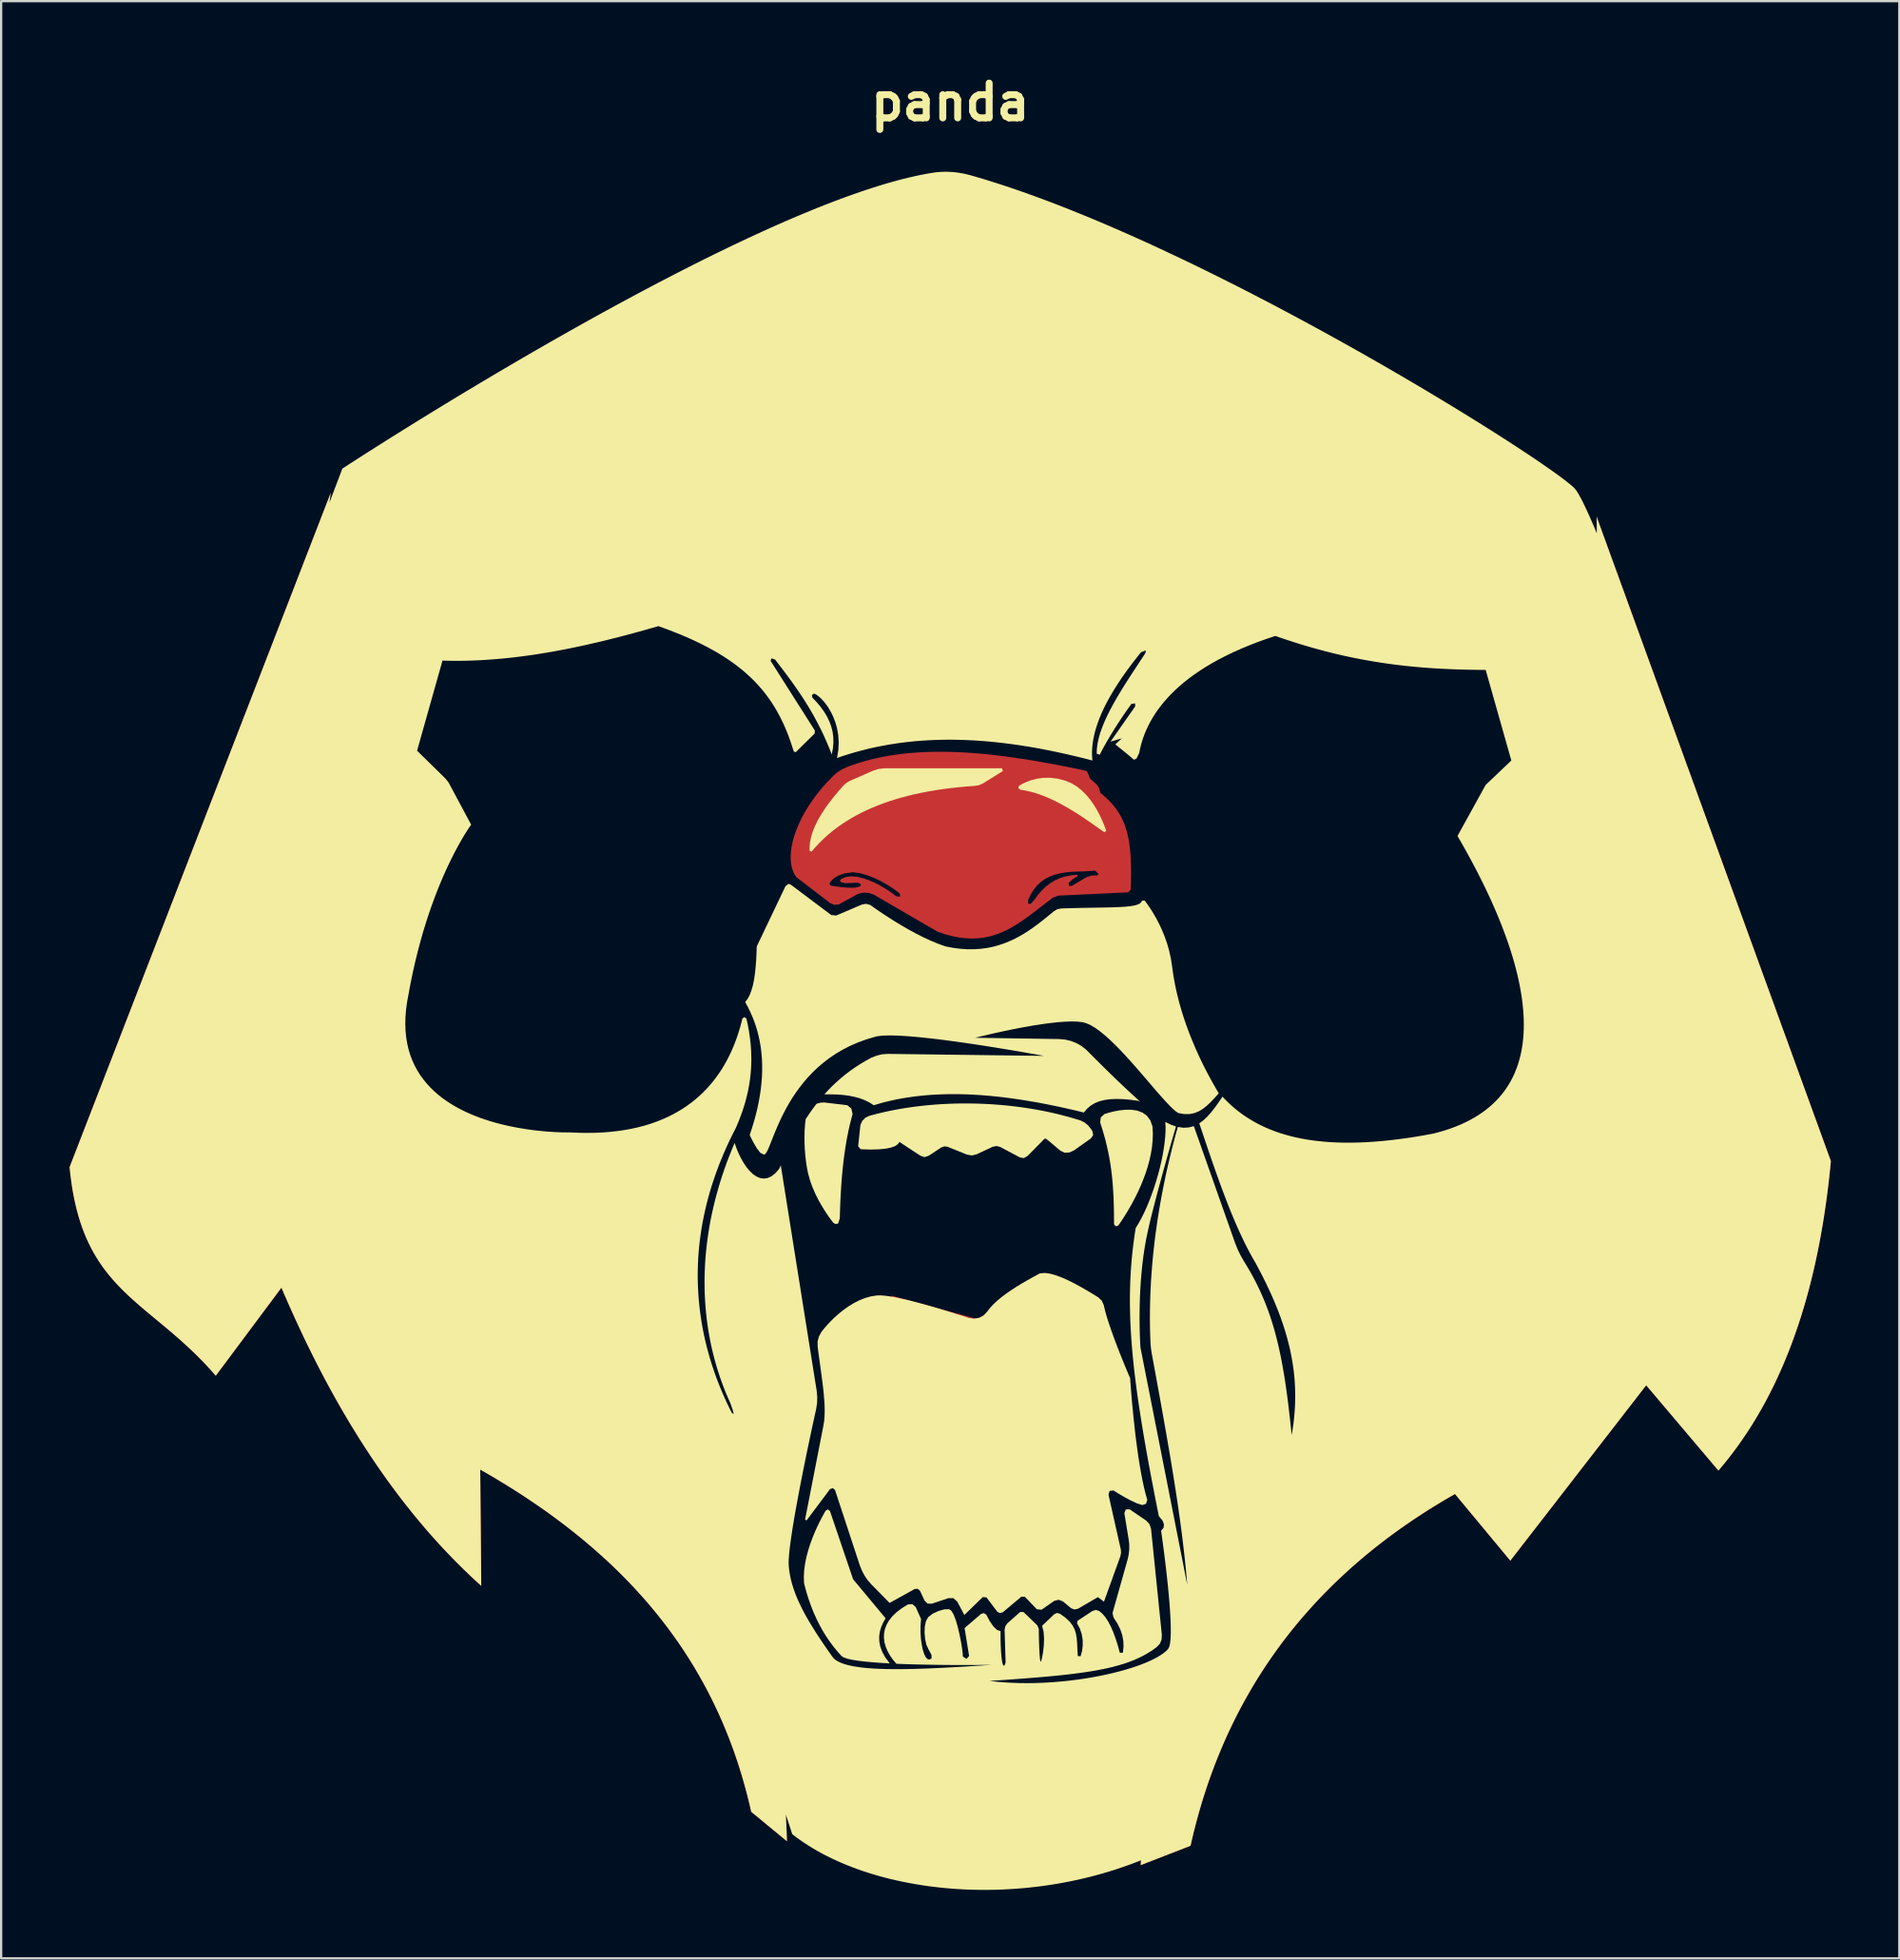
<source format=kicad_pcb>
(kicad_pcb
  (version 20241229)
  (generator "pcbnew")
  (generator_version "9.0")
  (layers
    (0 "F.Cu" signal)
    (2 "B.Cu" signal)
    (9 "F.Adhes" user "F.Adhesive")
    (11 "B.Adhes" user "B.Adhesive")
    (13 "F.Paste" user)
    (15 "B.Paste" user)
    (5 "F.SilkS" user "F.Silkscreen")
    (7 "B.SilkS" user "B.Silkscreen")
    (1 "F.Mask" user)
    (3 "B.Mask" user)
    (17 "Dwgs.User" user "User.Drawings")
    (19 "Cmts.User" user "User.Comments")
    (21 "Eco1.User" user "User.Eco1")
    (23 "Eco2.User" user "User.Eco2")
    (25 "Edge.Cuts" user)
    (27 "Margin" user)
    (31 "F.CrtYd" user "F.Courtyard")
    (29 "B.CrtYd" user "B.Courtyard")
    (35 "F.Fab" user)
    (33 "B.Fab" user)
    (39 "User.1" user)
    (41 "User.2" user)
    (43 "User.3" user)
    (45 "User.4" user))
  (footprint "panda"
    (layer "F.Cu")
    (at 38.591 42.566)
    (property "Reference" "panda" (at 0 -41.14 0) (layer "F.SilkS") (effects (font (size 1.524 1.524) (thickness 0.305))))
    (attr smd)
    (fp_poly (pts (xy 1.114 12.165) (xy 1.165 12.186) (xy 1.284 12.258) (xy 1.418 12.389) (xy 1.517 12.589) (xy 1.529 12.868) (xy 1.4 13.234) (xy 1.302 13.418) (xy 1.191 13.616) (xy 1.074 13.827) (xy 0.952 14.049) (xy 0.83 14.282) (xy 0.712 14.526) (xy 0.601 14.778) (xy 0.501 15.038) (xy 0.415 15.305) (xy 0.347 15.579) (xy 0.301 15.858) (xy 0.281 16.142) (xy 0.29 16.429) (xy 0.331 16.718) (xy 0.388 17.017) (xy 0.441 17.329) (xy 0.49 17.649) (xy 0.533 17.972) (xy 0.57 18.294) (xy 0.599 18.61) (xy 0.622 18.914) (xy 0.636 19.202) (xy 0.641 19.47) (xy 0.636 19.711) (xy 0.621 19.922) (xy 0.595 20.098) (xy 0.558 20.234) (xy 0.507 20.324) (xy 0.409 20.01) (xy 0.306 19.7) (xy 0.201 19.395) (xy 0.095 19.097) (xy -0.014 18.808) (xy -0.122 18.528) (xy -0.23 18.261) (xy -0.337 18.006) (xy -0.442 17.766) (xy -0.544 17.542) (xy -0.643 17.336) (xy -0.737 17.149) (xy -0.827 16.983) (xy -0.925 16.778) (xy -0.993 16.564) (xy -1.031 16.342) (xy -1.038 16.117) (xy -1.014 15.891) (xy -0.75 14.337) (xy -0.739 14.107) (xy -0.785 13.886) (xy -0.886 13.684) (xy -1.036 13.51) (xy -1.243 13.321) (xy -1.435 13.127) (xy -1.614 12.928) (xy -1.779 12.725) (xy -1.93 12.516) (xy -2.069 12.303) (xy -2.194 12.084) (xy -2.306 11.861) (xy -2.406 11.633) (xy -2.494 11.399) (xy -2.569 11.161) (xy 1.114 12.165)) (stroke (width 0) (type solid)) (fill yes) (layer "F.Cu"))
    (fp_poly (pts (xy -0.4 -12.674) (xy 3.411 -6.024) (xy 3.418 -6.194) (xy 3.533 -6.429) (xy 3.662 -6.635) (xy 3.806 -6.814) (xy 3.968 -6.967) (xy 4.148 -7.095) (xy 4.348 -7.2) (xy 4.569 -7.284) (xy 4.814 -7.347) (xy 5.083 -7.391) (xy 5.378 -7.418) (xy 5.701 -7.429) (xy 5.778 -7.429) (xy 6.351 -7.462) (xy 6.351 -7.462) (xy 6.505 -7.318) (xy 6.428 -7.252) (xy 6.19 -7.25) (xy 5.943 -7.164) (xy 5.337 -6.8) (xy 5.214 -6.787) (xy 5.183 -6.922) (xy 5.349 -7.076) (xy 5.59 -7.23) (xy 5.568 -7.285) (xy 5.293 -7.259) (xy 5.038 -7.209) (xy 4.803 -7.134) (xy 4.584 -7.036) (xy 4.381 -6.914) (xy 4.191 -6.768) (xy 4.013 -6.597) (xy 3.844 -6.402) (xy 3.683 -6.183) (xy 3.514 -6) (xy 3.411 -6.024) (xy -0.4 -12.674) (xy -4.267 -7.396) (xy -3.954 -7.352) (xy -3.641 -7.264) (xy -3.335 -7.145) (xy -3.048 -7.007) (xy -2.787 -6.861) (xy -2.563 -6.72) (xy -2.385 -6.596) (xy -2.263 -6.501) (xy -2.205 -6.448) (xy -2.202 -6.319) (xy -2.381 -6.348) (xy -2.486 -6.435) (xy -2.638 -6.546) (xy -2.83 -6.671) (xy -3.052 -6.802) (xy -3.297 -6.929) (xy -3.557 -7.043) (xy -3.823 -7.134) (xy -4.087 -7.195) (xy -4.341 -7.215) (xy -4.577 -7.186) (xy -4.785 -7.098) (xy -4.838 -7.001) (xy -4.744 -6.939) (xy -4.571 -6.913) (xy -4.388 -6.922) (xy -4.056 -6.941) (xy -3.912 -6.869) (xy -3.947 -6.778) (xy -4.151 -6.722) (xy -4.437 -6.715) (xy -4.751 -6.739) (xy -5.039 -6.777) (xy -5.248 -6.811) (xy -5.292 -6.9) (xy -5.224 -7.006) (xy -5.101 -7.128) (xy -4.91 -7.246) (xy -4.637 -7.342) (xy -4.267 -7.396) (xy -0.4 -12.674) (xy -0.694 -12.672) (xy -0.986 -12.665) (xy -1.274 -12.653) (xy -1.56 -12.634) (xy -1.843 -12.61) (xy -2.123 -12.58) (xy -2.4 -12.544) (xy -2.673 -12.502) (xy -2.944 -12.453) (xy -3.211 -12.397) (xy -3.475 -12.335) (xy -3.736 -12.266) (xy -3.994 -12.19) (xy -4.248 -12.106) (xy -4.498 -12.015) (xy -4.733 -11.91) (xy -4.948 -11.772) (xy -5.138 -11.607) (xy -5.396 -11.34) (xy -5.633 -11.072) (xy -5.85 -10.803) (xy -6.047 -10.536) (xy -6.225 -10.27) (xy -6.384 -10.007) (xy -6.523 -9.748) (xy -6.644 -9.493) (xy -6.746 -9.245) (xy -6.831 -9.003) (xy -6.897 -8.769) (xy -6.946 -8.543) (xy -6.977 -8.328) (xy -6.992 -8.123) (xy -6.989 -7.93) (xy -6.971 -7.749) (xy -6.936 -7.583) (xy -6.885 -7.431) (xy -6.819 -7.295) (xy -6.737 -7.175) (xy -5.259 -6.04) (xy -5.08 -5.967) (xy -4.884 -5.985) (xy -4.035 -6.448) (xy -3.799 -6.502) (xy -3.559 -6.488) (xy -3.33 -6.403) (xy -0.562 -4.793) (xy -0.242 -4.683) (xy 0.064 -4.6) (xy 0.357 -4.54) (xy 0.638 -4.504) (xy 0.906 -4.49) (xy 1.164 -4.497) (xy 1.412 -4.522) (xy 1.65 -4.566) (xy 1.881 -4.626) (xy 2.104 -4.701) (xy 2.32 -4.789) (xy 2.53 -4.89) (xy 2.736 -5.003) (xy 2.937 -5.124) (xy 3.135 -5.254) (xy 3.33 -5.391) (xy 3.524 -5.534) (xy 3.717 -5.68) (xy 3.911 -5.83) (xy 4.105 -5.981) (xy 4.301 -6.132) (xy 4.499 -6.282) (xy 4.742 -6.37) (xy 7.796 -6.514) (xy 7.906 -6.624) (xy 7.92 -7.026) (xy 7.925 -7.401) (xy 7.92 -7.749) (xy 7.905 -8.071) (xy 7.881 -8.371) (xy 7.847 -8.649) (xy 7.802 -8.906) (xy 7.747 -9.146) (xy 7.681 -9.368) (xy 7.605 -9.575) (xy 7.517 -9.769) (xy 7.417 -9.95) (xy 7.307 -10.122) (xy 7.184 -10.284) (xy 7.049 -10.44) (xy 6.903 -10.59) (xy 6.743 -10.736) (xy 6.572 -10.88) (xy 6.53 -11.076) (xy 6.432 -11.223) (xy 6.291 -11.356) (xy 6.12 -11.508) (xy 6.062 -11.662) (xy 5.982 -11.825) (xy 5.756 -11.883) (xy 5.472 -11.942) (xy 5.189 -12) (xy 4.907 -12.055) (xy 4.627 -12.11) (xy 4.348 -12.162) (xy 4.071 -12.212) (xy 3.795 -12.26) (xy 3.521 -12.306) (xy 3.248 -12.35) (xy 2.976 -12.391) (xy 2.707 -12.43) (xy 2.438 -12.467) (xy 2.172 -12.5) (xy 1.907 -12.531) (xy 1.643 -12.56) (xy 1.382 -12.585) (xy 1.122 -12.608) (xy 0.864 -12.627) (xy 0.607 -12.643) (xy 0.353 -12.656) (xy 0.1 -12.665) (xy -0.151 -12.672) (xy -0.4 -12.674)) (stroke (width 0) (type solid)) (fill yes) (layer "F.Cu"))
    (fp_poly (pts (xy -27.146 -24.023) (xy 28.326 -22.975) (xy 28.513 -11.652) (xy 29.01 -11.508) (xy 29.021 -11.177) (xy 29.033 -10.845) (xy 29.044 -10.512) (xy 29.055 -10.179) (xy 29.066 -9.846) (xy 29.077 -9.514) (xy 29.088 -9.182) (xy 29.1 -8.851) (xy 29.111 -8.521) (xy 29.124 -8.192) (xy 29.136 -7.866) (xy 29.149 -7.541) (xy 29.163 -7.219) (xy 29.178 -6.899) (xy 29.193 -6.582) (xy 29.209 -6.268) (xy 29.226 -5.958) (xy 29.244 -5.652) (xy 29.263 -5.349) (xy 29.283 -5.051) (xy 29.304 -4.758) (xy 29.327 -4.469) (xy 29.35 -4.186) (xy 29.376 -3.908) (xy 29.403 -3.636) (xy 29.431 -3.369) (xy 29.461 -3.11) (xy 29.493 -2.856) (xy 29.526 -2.61) (xy 29.562 -2.371) (xy 29.599 -2.139) (xy 29.639 -1.915) (xy 29.68 -1.7) (xy 29.724 -1.492) (xy 29.77 -1.293) (xy 29.818 -1.103) (xy 29.868 -0.923) (xy 29.921 -0.751) (xy 29.977 -0.59) (xy 30.035 -0.438) (xy 30.151 -0.163) (xy 30.26 0.11) (xy 30.362 0.383) (xy 30.456 0.655) (xy 30.544 0.927) (xy 30.625 1.197) (xy 30.699 1.466) (xy 30.766 1.735) (xy 30.825 2.002) (xy 30.878 2.269) (xy 30.924 2.535) (xy 30.963 2.8) (xy 30.994 3.064) (xy 31.019 3.327) (xy 31.037 3.59) (xy 31.048 3.851) (xy 31.051 4.112) (xy 31.048 4.372) (xy 31.038 4.631) (xy 31.021 4.889) (xy 30.996 5.147) (xy 30.965 5.403) (xy 30.927 5.659) (xy 30.882 5.915) (xy 30.829 6.169) (xy 30.77 6.422) (xy 30.704 6.675) (xy 30.63 6.927) (xy 27.731 7.17) (xy 28.149 9.695) (xy 25.845 9.441) (xy 23.53 17.281) (xy 21.82 15.406) (xy 18.303 19.299) (xy 18.126 19.464) (xy 17.93 19.599) (xy 17.717 19.703) (xy 17.491 19.773) (xy 17.256 19.806) (xy 15.481 19.938) (xy 15.237 19.992) (xy 15.019 20.105) (xy 14.841 20.269) (xy 14.63 20.537) (xy 14.423 20.804) (xy 14.219 21.071) (xy 14.02 21.337) (xy 13.824 21.603) (xy 13.632 21.868) (xy 13.444 22.132) (xy 13.26 22.396) (xy 13.079 22.66) (xy 12.902 22.922) (xy 12.729 23.184) (xy 12.56 23.446) (xy 12.394 23.707) (xy 12.232 23.968) (xy 12.073 24.228) (xy 11.918 24.487) (xy 11.767 24.746) (xy 11.619 25.004) (xy 11.475 25.262) (xy 11.335 25.519) (xy 11.198 25.776) (xy 11.064 26.032) (xy 10.934 26.287) (xy 10.807 26.542) (xy 10.684 26.797) (xy 10.564 27.051) (xy 10.448 27.304) (xy 10.335 27.557) (xy 10.225 27.81) (xy 10.119 28.062) (xy 10.015 28.313) (xy 9.916 28.564) (xy 9.819 28.815) (xy 9.726 29.065) (xy 9.636 29.314) (xy 9.549 29.563) (xy 9.466 29.812) (xy 9.385 30.06) (xy 9.308 30.307) (xy 9.234 30.554) (xy 9.163 30.801) (xy 9.095 31.047) (xy 9.03 31.293) (xy 8.968 31.538) (xy 8.909 31.783) (xy 8.854 32.027) (xy 8.801 32.271) (xy 8.751 32.514) (xy 8.704 32.757) (xy 8.66 33) (xy 8.619 33.242) (xy 8.581 33.483) (xy 8.546 33.724) (xy 8.514 33.965) (xy 8.484 34.205) (xy 8.457 34.445) (xy 8.433 34.685) (xy 8.412 34.924) (xy 8.394 35.162) (xy 8.378 35.401) (xy 8.365 35.639) (xy 8.355 35.876) (xy 8.347 36.113) (xy 10.53 35.264) (xy 10.595 34.98) (xy 10.662 34.698) (xy 10.733 34.419) (xy 10.806 34.141) (xy 10.881 33.866) (xy 10.96 33.592) (xy 11.041 33.321) (xy 11.125 33.052) (xy 11.212 32.785) (xy 11.301 32.52) (xy 11.393 32.257) (xy 11.488 31.996) (xy 11.585 31.738) (xy 11.685 31.481) (xy 11.788 31.226) (xy 11.894 30.974) (xy 12.002 30.724) (xy 12.112 30.475) (xy 12.226 30.229) (xy 12.342 29.985) (xy 12.461 29.742) (xy 12.582 29.502) (xy 12.706 29.264) (xy 12.832 29.028) (xy 12.962 28.794) (xy 13.093 28.562) (xy 13.228 28.332) (xy 13.365 28.104) (xy 13.504 27.878) (xy 13.647 27.654) (xy 13.791 27.432) (xy 13.939 27.212) (xy 14.088 26.994) (xy 14.241 26.778) (xy 14.396 26.564) (xy 14.553 26.352) (xy 14.713 26.141) (xy 14.876 25.933) (xy 15.041 25.727) (xy 15.209 25.523) (xy 15.379 25.32) (xy 15.552 25.12) (xy 15.727 24.922) (xy 15.905 24.725) (xy 16.085 24.531) (xy 16.268 24.338) (xy 16.453 24.147) (xy 16.64 23.959) (xy 16.83 23.772) (xy 17.023 23.587) (xy 17.218 23.404) (xy 17.416 23.223) (xy 17.615 23.043) (xy 17.818 22.866) (xy 18.023 22.691) (xy 18.23 22.517) (xy 18.44 22.345) (xy 18.652 22.176) (xy 18.866 22.008) (xy 19.083 21.841) (xy 19.302 21.677) (xy 19.524 21.515) (xy 19.748 21.354) (xy 19.974 21.196) (xy 20.203 21.039) (xy 20.434 20.884) (xy 20.668 20.731) (xy 20.904 20.579) (xy 21.142 20.43) (xy 21.383 20.282) (xy 21.626 20.136) (xy 21.871 19.992) (xy 22.119 19.85) (xy 24.544 22.772) (xy 30.498 15.086) (xy 33.663 18.824) (xy 33.826 18.631) (xy 33.986 18.435) (xy 34.144 18.237) (xy 34.298 18.036) (xy 34.449 17.833) (xy 34.598 17.626) (xy 34.743 17.417) (xy 34.886 17.206) (xy 35.026 16.992) (xy 35.163 16.775) (xy 35.297 16.556) (xy 35.428 16.334) (xy 35.556 16.11) (xy 35.682 15.884) (xy 35.805 15.654) (xy 35.925 15.423) (xy 36.042 15.189) (xy 36.157 14.952) (xy 36.269 14.713) (xy 36.378 14.472) (xy 36.485 14.228) (xy 36.589 13.982) (xy 36.69 13.733) (xy 36.789 13.483) (xy 36.885 13.229) (xy 36.978 12.974) (xy 37.069 12.716) (xy 37.158 12.456) (xy 37.244 12.194) (xy 37.327 11.929) (xy 37.408 11.663) (xy 37.486 11.394) (xy 37.562 11.123) (xy 37.636 10.849) (xy 37.707 10.574) (xy 37.775 10.296) (xy 37.842 10.016) (xy 37.906 9.734) (xy 37.967 9.45) (xy 38.026 9.164) (xy 38.083 8.876) (xy 38.138 8.586) (xy 38.19 8.294) (xy 38.24 7.999) (xy 38.288 7.703) (xy 38.333 7.405) (xy 38.377 7.104) (xy 38.418 6.802) (xy 38.457 6.498) (xy 38.494 6.192) (xy 38.528 5.884) (xy 38.561 5.574) (xy 38.591 5.262) (xy 28.326 -22.975) (xy -27.146 -24.023) (xy -38.591 5.527) (xy -38.555 5.872) (xy -38.512 6.203) (xy -38.463 6.521) (xy -38.407 6.825) (xy -38.345 7.118) (xy -38.278 7.398) (xy -38.204 7.667) (xy -38.125 7.926) (xy -38.041 8.173) (xy -37.951 8.411) (xy -37.856 8.64) (xy -37.755 8.859) (xy -37.65 9.07) (xy -37.54 9.273) (xy -37.426 9.468) (xy -37.307 9.657) (xy -37.183 9.839) (xy -37.056 10.015) (xy -36.924 10.185) (xy -36.788 10.35) (xy -36.649 10.511) (xy -36.506 10.667) (xy -36.36 10.82) (xy -36.21 10.97) (xy -36.057 11.117) (xy -35.901 11.262) (xy -35.742 11.405) (xy -35.581 11.547) (xy -35.417 11.688) (xy -35.25 11.83) (xy -35.081 11.971) (xy -34.91 12.113) (xy -34.737 12.257) (xy -34.562 12.402) (xy -34.385 12.549) (xy -34.207 12.699) (xy -34.028 12.852) (xy -33.847 13.009) (xy -33.665 13.17) (xy -33.482 13.336) (xy -33.298 13.507) (xy -33.113 13.684) (xy -32.928 13.866) (xy -32.742 14.055) (xy -32.557 14.252) (xy -32.371 14.455) (xy -32.185 14.667) (xy -29.307 10.808) (xy -29.189 11.085) (xy -29.069 11.36) (xy -28.949 11.634) (xy -28.827 11.906) (xy -28.704 12.177) (xy -28.58 12.446) (xy -28.455 12.713) (xy -28.329 12.979) (xy -28.202 13.244) (xy -28.073 13.507) (xy -27.944 13.768) (xy -27.813 14.028) (xy -27.681 14.286) (xy -27.548 14.543) (xy -27.413 14.798) (xy -27.278 15.051) (xy -27.141 15.302) (xy -27.003 15.552) (xy -26.863 15.801) (xy -26.723 16.047) (xy -26.581 16.292) (xy -26.438 16.535) (xy -26.293 16.777) (xy -26.147 17.016) (xy -26 17.254) (xy -25.852 17.49) (xy -25.702 17.725) (xy -25.551 17.957) (xy -25.399 18.188) (xy -25.245 18.417) (xy -25.09 18.645) (xy -24.934 18.87) (xy -24.776 19.093) (xy -24.617 19.315) (xy -24.456 19.535) (xy -24.294 19.753) (xy -24.131 19.969) (xy -23.966 20.183) (xy -23.8 20.395) (xy -23.632 20.605) (xy -23.463 20.814) (xy -23.292 21.02) (xy -23.12 21.225) (xy -22.947 21.427) (xy -22.772 21.628) (xy -22.595 21.826) (xy -22.417 22.023) (xy -22.238 22.217) (xy -22.057 22.409) (xy -21.874 22.6) (xy -21.69 22.788) (xy -21.504 22.974) (xy -21.317 23.159) (xy -21.128 23.341) (xy -20.938 23.521) (xy -20.746 23.699) (xy -20.552 23.874) (xy -20.596 18.78) (xy -20.348 18.922) (xy -20.103 19.065) (xy -19.859 19.21) (xy -19.617 19.356) (xy -19.378 19.504) (xy -19.14 19.653) (xy -18.905 19.803) (xy -18.671 19.955) (xy -18.44 20.108) (xy -18.211 20.263) (xy -17.984 20.419) (xy -17.759 20.577) (xy -17.537 20.736) (xy -17.316 20.897) (xy -17.098 21.06) (xy -16.882 21.224) (xy -16.668 21.39) (xy -16.457 21.557) (xy -16.247 21.726) (xy -16.04 21.897) (xy -15.836 22.069) (xy -15.633 22.243) (xy -15.433 22.419) (xy -15.236 22.596) (xy -15.04 22.775) (xy -14.847 22.956) (xy -14.657 23.139) (xy -14.468 23.323) (xy -14.283 23.51) (xy -14.099 23.698) (xy -13.918 23.888) (xy -13.74 24.08) (xy -13.564 24.274) (xy -13.39 24.469) (xy -13.219 24.667) (xy -13.051 24.867) (xy -12.885 25.068) (xy -12.722 25.272) (xy -12.561 25.477) (xy -12.402 25.685) (xy -12.247 25.894) (xy -12.094 26.106) (xy -11.943 26.319) (xy -11.795 26.535) (xy -11.65 26.753) (xy -11.508 26.973) (xy -11.368 27.195) (xy -11.231 27.419) (xy -11.096 27.646) (xy -10.965 27.874) (xy -10.836 28.105) (xy -10.71 28.338) (xy -10.586 28.573) (xy -10.465 28.811) (xy -10.348 29.051) (xy -10.233 29.293) (xy -10.12 29.537) (xy -10.011 29.784) (xy -9.904 30.033) (xy -9.801 30.284) (xy -9.7 30.538) (xy -9.602 30.794) (xy -9.507 31.053) (xy -9.415 31.314) (xy -9.326 31.578) (xy -9.24 31.844) (xy -9.157 32.112) (xy -9.077 32.383) (xy -9 32.656) (xy -8.925 32.932) (xy -8.854 33.211) (xy -8.786 33.492) (xy -8.721 33.776) (xy -7.156 35.066) (xy -7.163 34.828) (xy -7.171 34.591) (xy -7.182 34.352) (xy -7.194 34.113) (xy -7.208 33.874) (xy -7.225 33.634) (xy -7.243 33.393) (xy -7.264 33.151) (xy -7.287 32.909) (xy -7.312 32.667) (xy -7.339 32.423) (xy -7.368 32.18) (xy -7.4 31.935) (xy -7.435 31.69) (xy -7.472 31.445) (xy -7.511 31.199) (xy -7.553 30.952) (xy -7.598 30.705) (xy -7.645 30.457) (xy -7.695 30.208) (xy -7.748 29.959) (xy -7.803 29.71) (xy -7.861 29.46) (xy -7.923 29.209) (xy -7.987 28.958) (xy -8.054 28.707) (xy -8.124 28.454) (xy -8.197 28.202) (xy -8.274 27.948) (xy -8.353 27.695) (xy -8.436 27.44) (xy -8.522 27.186) (xy -8.612 26.93) (xy -8.705 26.675) (xy -8.801 26.418) (xy -8.9 26.161) (xy -9.004 25.904) (xy -9.11 25.646) (xy -9.221 25.388) (xy -9.335 25.13) (xy -9.452 24.87) (xy -9.574 24.611) (xy -9.699 24.351) (xy -9.828 24.09) (xy -9.961 23.829) (xy -10.098 23.567) (xy -10.239 23.305) (xy -10.384 23.043) (xy -10.533 22.78) (xy -10.687 22.517) (xy -10.844 22.253) (xy -11.006 21.989) (xy -11.172 21.724) (xy -11.342 21.459) (xy -11.516 21.194) (xy -11.696 20.928) (xy -11.879 20.662) (xy -12.067 20.395) (xy -12.26 20.128) (xy -12.457 19.861) (xy -12.659 19.593) (xy -12.865 19.325) (xy -13.076 19.056) (xy -13.192 18.906) (xy -13.366 18.684) (xy -13.574 18.433) (xy -13.791 18.197) (xy -13.99 18.018) (xy -14.146 17.942) (xy -15.91 17.865) (xy -16.145 17.832) (xy -16.371 17.763) (xy -16.584 17.659) (xy -16.781 17.523) (xy -16.958 17.358) (xy -20.64 13.311) (xy -22.283 15.196) (xy -24.588 7.137) (xy -27.058 7.511) (xy -26.606 5.009) (xy -29.395 4.722) (xy -29.473 4.461) (xy -29.544 4.2) (xy -29.61 3.94) (xy -29.668 3.679) (xy -29.72 3.419) (xy -29.766 3.158) (xy -29.804 2.897) (xy -29.836 2.635) (xy -29.86 2.374) (xy -29.878 2.111) (xy -29.888 1.848) (xy -29.891 1.585) (xy -29.887 1.32) (xy -29.875 1.055) (xy -29.855 0.789) (xy -29.828 0.522) (xy -29.793 0.253) (xy -29.75 -0.016) (xy -29.699 -0.287) (xy -29.639 -0.559) (xy -29.572 -0.833) (xy -29.496 -1.108) (xy -29.411 -1.385) (xy -29.319 -1.664) (xy -29.217 -1.944) (xy -29.107 -2.227) (xy -28.987 -2.511) (xy -28.932 -2.655) (xy -28.878 -2.81) (xy -28.827 -2.975) (xy -28.777 -3.151) (xy -28.729 -3.336) (xy -28.684 -3.53) (xy -28.64 -3.734) (xy -28.598 -3.946) (xy -28.557 -4.167) (xy -28.519 -4.396) (xy -28.482 -4.633) (xy -28.446 -4.877) (xy -28.412 -5.128) (xy -28.38 -5.387) (xy -28.349 -5.651) (xy -28.319 -5.922) (xy -28.291 -6.199) (xy -28.264 -6.481) (xy -28.238 -6.768) (xy -28.214 -7.06) (xy -28.19 -7.357) (xy -28.168 -7.658) (xy -28.147 -7.963) (xy -28.127 -8.271) (xy -28.107 -8.583) (xy -28.089 -8.897) (xy -28.071 -9.214) (xy -28.054 -9.534) (xy -28.038 -9.855) (xy -28.023 -10.177) (xy -28.008 -10.502) (xy -27.994 -10.826) (xy -27.98 -11.152) (xy -27.967 -11.478) (xy -27.954 -11.804) (xy -27.942 -12.129) (xy -27.93 -12.454) (xy -27.918 -12.777) (xy -27.907 -13.1) (xy -27.896 -13.42) (xy -27.884 -13.739) (xy -27.873 -14.055) (xy -27.587 -14.342) (xy -27.607 -14.611) (xy -27.626 -14.88) (xy -27.642 -15.15) (xy -27.657 -15.42) (xy -27.669 -15.691) (xy -27.679 -15.962) (xy -27.687 -16.234) (xy -27.693 -16.506) (xy -27.697 -16.779) (xy -27.699 -17.052) (xy -27.699 -17.326) (xy -27.697 -17.6) (xy -27.693 -17.875) (xy -27.687 -18.15) (xy -27.679 -18.425) (xy -27.67 -18.701) (xy -27.658 -18.978) (xy -27.645 -19.255) (xy -27.629 -19.532) (xy -27.612 -19.81) (xy -27.593 -20.088) (xy -27.572 -20.367) (xy -27.55 -20.646) (xy -27.525 -20.925) (xy -27.499 -21.205) (xy -27.471 -21.485) (xy -27.442 -21.766) (xy -27.411 -22.047) (xy -27.378 -22.328) (xy -27.343 -22.61) (xy -27.307 -22.892) (xy -27.269 -23.174) (xy -27.229 -23.457) (xy -27.188 -23.74) (xy -27.146 -24.023)) (stroke (width 0) (type solid)) (fill yes) (layer "F.Cu"))
    (fp_poly (pts (xy 1.114 12.165) (xy 1.165 12.186) (xy 1.284 12.258) (xy 1.418 12.389) (xy 1.517 12.589) (xy 1.529 12.868) (xy 1.4 13.234) (xy 1.302 13.418) (xy 1.191 13.616) (xy 1.074 13.827) (xy 0.952 14.049) (xy 0.83 14.282) (xy 0.712 14.526) (xy 0.601 14.778) (xy 0.501 15.038) (xy 0.415 15.305) (xy 0.347 15.579) (xy 0.301 15.858) (xy 0.281 16.142) (xy 0.29 16.429) (xy 0.331 16.718) (xy 0.388 17.017) (xy 0.441 17.329) (xy 0.49 17.649) (xy 0.533 17.972) (xy 0.57 18.294) (xy 0.599 18.61) (xy 0.622 18.914) (xy 0.636 19.202) (xy 0.641 19.47) (xy 0.636 19.711) (xy 0.621 19.922) (xy 0.595 20.098) (xy 0.558 20.234) (xy 0.507 20.324) (xy 0.409 20.01) (xy 0.306 19.7) (xy 0.201 19.395) (xy 0.095 19.097) (xy -0.014 18.808) (xy -0.122 18.528) (xy -0.23 18.261) (xy -0.337 18.006) (xy -0.442 17.766) (xy -0.544 17.542) (xy -0.643 17.336) (xy -0.737 17.149) (xy -0.827 16.983) (xy -0.925 16.778) (xy -0.993 16.564) (xy -1.031 16.342) (xy -1.038 16.117) (xy -1.014 15.891) (xy -0.75 14.337) (xy -0.739 14.107) (xy -0.785 13.886) (xy -0.886 13.684) (xy -1.036 13.51) (xy -1.243 13.321) (xy -1.435 13.127) (xy -1.614 12.928) (xy -1.779 12.725) (xy -1.93 12.516) (xy -2.069 12.303) (xy -2.194 12.084) (xy -2.306 11.861) (xy -2.406 11.633) (xy -2.494 11.399) (xy -2.569 11.161) (xy 1.114 12.165)) (stroke (width 0) (type solid)) (fill yes) (layer "F.Mask"))
    (fp_poly (pts (xy -18.402 -11.012) (xy -18.303 -10.919) (xy -18.187 -10.813) (xy -18.054 -10.697) (xy -17.904 -10.573) (xy -17.738 -10.44) (xy -17.557 -10.302) (xy -17.36 -10.159) (xy -17.147 -10.014) (xy -16.92 -9.866) (xy -16.678 -9.719) (xy -16.422 -9.573) (xy -16.151 -9.429) (xy -15.867 -9.29) (xy -15.57 -9.157) (xy -15.259 -9.031) (xy -14.936 -8.914) (xy -14.6 -8.808) (xy -14.252 -8.712) (xy -13.893 -8.63) (xy -13.475 -8.55) (xy -13.076 -8.48) (xy -12.694 -8.421) (xy -12.33 -8.373) (xy -11.986 -8.333) (xy -11.661 -8.303) (xy -11.355 -8.28) (xy -11.07 -8.264) (xy -10.805 -8.255) (xy -10.562 -8.251) (xy -10.34 -8.253) (xy -10.14 -8.258) (xy -9.963 -8.268) (xy -9.809 -8.28) (xy -9.678 -8.295) (xy -9.57 -8.311) (xy -9.49 -8.382) (xy -9.526 -8.487) (xy -9.611 -8.553) (xy -9.714 -8.631) (xy -9.835 -8.719) (xy -9.974 -8.816) (xy -10.132 -8.921) (xy -10.309 -9.033) (xy -10.504 -9.151) (xy -10.719 -9.274) (xy -10.952 -9.401) (xy -11.205 -9.531) (xy -11.477 -9.663) (xy -11.769 -9.795) (xy -12.081 -9.926) (xy -12.412 -10.057) (xy -12.764 -10.184) (xy -13.136 -10.308) (xy -13.529 -10.428) (xy -13.843 -10.512) (xy -14.16 -10.591) (xy -14.479 -10.666) (xy -14.797 -10.736) (xy -15.114 -10.801) (xy -15.426 -10.861) (xy -15.734 -10.917) (xy -16.035 -10.967) (xy -16.328 -11.013) (xy -16.611 -11.055) (xy -16.882 -11.091) (xy -17.14 -11.123) (xy -17.384 -11.15) (xy -17.611 -11.171) (xy -17.82 -11.189) (xy -18.01 -11.201) (xy -18.179 -11.208) (xy -18.325 -11.211) (xy -18.43 -11.149) (xy -18.402 -11.012)) (stroke (width 0) (type solid)) (fill yes) (layer "F.Mask"))
    (fp_poly (pts (xy 19.307 -10.24) (xy 19.162 -10.238) (xy 18.995 -10.231) (xy 18.806 -10.218) (xy 18.597 -10.201) (xy 18.37 -10.179) (xy 18.127 -10.152) (xy 17.869 -10.121) (xy 17.597 -10.084) (xy 17.314 -10.043) (xy 17.021 -9.997) (xy 16.719 -9.946) (xy 16.411 -9.891) (xy 16.097 -9.83) (xy 15.78 -9.765) (xy 15.461 -9.695) (xy 15.142 -9.621) (xy 14.825 -9.541) (xy 14.51 -9.457) (xy 14.118 -9.338) (xy 13.746 -9.214) (xy 13.394 -9.086) (xy 13.062 -8.956) (xy 12.751 -8.824) (xy 12.459 -8.692) (xy 12.187 -8.561) (xy 11.934 -8.431) (xy 11.7 -8.304) (xy 11.486 -8.181) (xy 11.291 -8.063) (xy 11.114 -7.951) (xy 10.956 -7.846) (xy 10.817 -7.749) (xy 10.696 -7.661) (xy 10.593 -7.583) (xy 10.508 -7.517) (xy 10.472 -7.412) (xy 10.552 -7.34) (xy 10.661 -7.324) (xy 10.793 -7.31) (xy 10.949 -7.298) (xy 11.127 -7.288) (xy 11.327 -7.282) (xy 11.548 -7.281) (xy 11.792 -7.284) (xy 12.056 -7.294) (xy 12.34 -7.309) (xy 12.645 -7.332) (xy 12.97 -7.363) (xy 13.314 -7.402) (xy 13.676 -7.451) (xy 14.058 -7.51) (xy 14.457 -7.579) (xy 14.874 -7.66) (xy 15.234 -7.742) (xy 15.582 -7.837) (xy 15.918 -7.944) (xy 16.241 -8.061) (xy 16.552 -8.187) (xy 16.849 -8.32) (xy 17.133 -8.459) (xy 17.403 -8.602) (xy 17.66 -8.748) (xy 17.902 -8.896) (xy 18.129 -9.043) (xy 18.341 -9.189) (xy 18.538 -9.332) (xy 18.72 -9.47) (xy 18.886 -9.602) (xy 19.035 -9.727) (xy 19.168 -9.843) (xy 19.285 -9.948) (xy 19.384 -10.042) (xy 19.42 -10.162) (xy 19.307 -10.24)) (stroke (width 0) (type solid)) (fill yes) (layer "F.Mask"))
    (fp_poly (pts (xy -0.4 -12.674) (xy 3.411 -6.024) (xy 3.418 -6.194) (xy 3.533 -6.429) (xy 3.662 -6.635) (xy 3.806 -6.814) (xy 3.968 -6.967) (xy 4.148 -7.095) (xy 4.348 -7.2) (xy 4.569 -7.284) (xy 4.814 -7.347) (xy 5.083 -7.391) (xy 5.378 -7.418) (xy 5.701 -7.429) (xy 5.778 -7.429) (xy 6.351 -7.462) (xy 6.351 -7.462) (xy 6.505 -7.318) (xy 6.428 -7.252) (xy 6.19 -7.25) (xy 5.943 -7.164) (xy 5.337 -6.8) (xy 5.214 -6.787) (xy 5.183 -6.922) (xy 5.349 -7.076) (xy 5.59 -7.23) (xy 5.568 -7.285) (xy 5.293 -7.259) (xy 5.038 -7.209) (xy 4.803 -7.134) (xy 4.584 -7.036) (xy 4.381 -6.914) (xy 4.191 -6.768) (xy 4.013 -6.597) (xy 3.844 -6.402) (xy 3.683 -6.183) (xy 3.514 -6) (xy 3.411 -6.024) (xy -0.4 -12.674) (xy -4.267 -7.396) (xy -3.954 -7.352) (xy -3.641 -7.264) (xy -3.335 -7.145) (xy -3.048 -7.007) (xy -2.787 -6.861) (xy -2.563 -6.72) (xy -2.385 -6.596) (xy -2.263 -6.501) (xy -2.205 -6.448) (xy -2.202 -6.319) (xy -2.381 -6.348) (xy -2.486 -6.435) (xy -2.638 -6.546) (xy -2.83 -6.671) (xy -3.052 -6.802) (xy -3.297 -6.929) (xy -3.557 -7.043) (xy -3.823 -7.134) (xy -4.087 -7.195) (xy -4.341 -7.215) (xy -4.577 -7.186) (xy -4.785 -7.098) (xy -4.838 -7.001) (xy -4.744 -6.939) (xy -4.571 -6.913) (xy -4.388 -6.922) (xy -4.056 -6.941) (xy -3.912 -6.869) (xy -3.947 -6.778) (xy -4.151 -6.722) (xy -4.437 -6.715) (xy -4.751 -6.739) (xy -5.039 -6.777) (xy -5.248 -6.811) (xy -5.292 -6.9) (xy -5.224 -7.006) (xy -5.101 -7.128) (xy -4.91 -7.246) (xy -4.637 -7.342) (xy -4.267 -7.396) (xy -0.4 -12.674) (xy -0.694 -12.672) (xy -0.986 -12.665) (xy -1.274 -12.653) (xy -1.56 -12.634) (xy -1.843 -12.61) (xy -2.123 -12.58) (xy -2.4 -12.544) (xy -2.673 -12.502) (xy -2.944 -12.453) (xy -3.211 -12.397) (xy -3.475 -12.335) (xy -3.736 -12.266) (xy -3.994 -12.19) (xy -4.248 -12.106) (xy -4.498 -12.015) (xy -4.733 -11.91) (xy -4.948 -11.772) (xy -5.138 -11.607) (xy -5.396 -11.34) (xy -5.633 -11.072) (xy -5.85 -10.803) (xy -6.047 -10.536) (xy -6.225 -10.27) (xy -6.384 -10.007) (xy -6.523 -9.748) (xy -6.644 -9.493) (xy -6.746 -9.245) (xy -6.831 -9.003) (xy -6.897 -8.769) (xy -6.946 -8.543) (xy -6.977 -8.328) (xy -6.992 -8.123) (xy -6.989 -7.93) (xy -6.971 -7.749) (xy -6.936 -7.583) (xy -6.885 -7.431) (xy -6.819 -7.295) (xy -6.737 -7.175) (xy -5.259 -6.04) (xy -5.08 -5.967) (xy -4.884 -5.985) (xy -4.035 -6.448) (xy -3.799 -6.502) (xy -3.559 -6.488) (xy -3.33 -6.403) (xy -0.562 -4.793) (xy -0.242 -4.683) (xy 0.064 -4.6) (xy 0.357 -4.54) (xy 0.638 -4.504) (xy 0.906 -4.49) (xy 1.164 -4.497) (xy 1.412 -4.522) (xy 1.65 -4.566) (xy 1.881 -4.626) (xy 2.104 -4.701) (xy 2.32 -4.789) (xy 2.53 -4.89) (xy 2.736 -5.003) (xy 2.937 -5.124) (xy 3.135 -5.254) (xy 3.33 -5.391) (xy 3.524 -5.534) (xy 3.717 -5.68) (xy 3.911 -5.83) (xy 4.105 -5.981) (xy 4.301 -6.132) (xy 4.499 -6.282) (xy 4.742 -6.37) (xy 7.796 -6.514) (xy 7.906 -6.624) (xy 7.92 -7.026) (xy 7.925 -7.401) (xy 7.92 -7.749) (xy 7.905 -8.071) (xy 7.881 -8.371) (xy 7.847 -8.649) (xy 7.802 -8.906) (xy 7.747 -9.146) (xy 7.681 -9.368) (xy 7.605 -9.575) (xy 7.517 -9.769) (xy 7.417 -9.95) (xy 7.307 -10.122) (xy 7.184 -10.284) (xy 7.049 -10.44) (xy 6.903 -10.59) (xy 6.743 -10.736) (xy 6.572 -10.88) (xy 6.53 -11.076) (xy 6.432 -11.223) (xy 6.291 -11.356) (xy 6.12 -11.508) (xy 6.062 -11.662) (xy 5.982 -11.825) (xy 5.756 -11.883) (xy 5.472 -11.942) (xy 5.189 -12) (xy 4.907 -12.055) (xy 4.627 -12.11) (xy 4.348 -12.162) (xy 4.071 -12.212) (xy 3.795 -12.26) (xy 3.521 -12.306) (xy 3.248 -12.35) (xy 2.976 -12.391) (xy 2.707 -12.43) (xy 2.438 -12.467) (xy 2.172 -12.5) (xy 1.907 -12.531) (xy 1.643 -12.56) (xy 1.382 -12.585) (xy 1.122 -12.608) (xy 0.864 -12.627) (xy 0.607 -12.643) (xy 0.353 -12.656) (xy 0.1 -12.665) (xy -0.151 -12.672) (xy -0.4 -12.674)) (stroke (width 0) (type solid)) (fill yes) (layer "F.Mask"))
    (fp_poly (pts (xy 3.065 -11.012) (xy 2.981 -11.088) (xy 3.021 -11.189) (xy 3.167 -11.271) (xy 3.347 -11.355) (xy 3.56 -11.432) (xy 3.803 -11.493) (xy 4.074 -11.53) (xy 4.372 -11.534) (xy 4.694 -11.497) (xy 5.039 -11.409) (xy 5.303 -11.3) (xy 5.544 -11.155) (xy 5.763 -10.981) (xy 5.961 -10.783) (xy 6.137 -10.57) (xy 6.293 -10.348) (xy 6.43 -10.123) (xy 6.547 -9.903) (xy 6.645 -9.694) (xy 6.726 -9.503) (xy 6.79 -9.338) (xy 6.836 -9.204) (xy 6.748 -9.149) (xy 6.5 -9.326) (xy 6.252 -9.5) (xy 6.006 -9.67) (xy 5.761 -9.834) (xy 5.516 -9.992) (xy 5.272 -10.143) (xy 5.029 -10.285) (xy 4.785 -10.419) (xy 4.541 -10.542) (xy 4.297 -10.654) (xy 4.053 -10.754) (xy 3.807 -10.841) (xy 3.561 -10.913) (xy 3.314 -10.971) (xy 3.065 -11.012)) (stroke (width 0) (type solid)) (fill yes) (layer "F.SilkS"))
    (fp_poly (pts (xy -5.524 2.693) (xy -5.697 2.704) (xy -5.859 2.751) (xy -6.025 2.971) (xy -6.183 3.195) (xy -6.334 3.422) (xy -6.362 3.652) (xy -6.38 3.903) (xy -6.388 4.168) (xy -6.386 4.444) (xy -6.374 4.725) (xy -6.353 5.006) (xy -6.321 5.283) (xy -6.28 5.55) (xy -6.229 5.803) (xy -6.142 6.115) (xy -6.033 6.417) (xy -5.907 6.706) (xy -5.77 6.978) (xy -5.627 7.229) (xy -5.486 7.457) (xy -5.352 7.658) (xy -5.23 7.828) (xy -5.127 7.963) (xy -5.03 8.022) (xy -4.907 7.993) (xy -4.84 7.765) (xy -4.831 7.451) (xy -4.82 7.143) (xy -4.806 6.841) (xy -4.789 6.545) (xy -4.77 6.255) (xy -4.748 5.97) (xy -4.723 5.692) (xy -4.694 5.419) (xy -4.663 5.151) (xy -4.628 4.889) (xy -4.589 4.632) (xy -4.547 4.381) (xy -4.501 4.135) (xy -4.452 3.894) (xy -4.398 3.658) (xy -4.34 3.427) (xy -4.278 3.2) (xy -4.336 2.958) (xy -4.509 2.815) (xy -5.524 2.693)) (stroke (width 0) (type solid)) (fill yes) (layer "F.SilkS"))
    (fp_poly (pts (xy -5.356 20.526) (xy -5.458 20.577) (xy -5.534 20.711) (xy -5.623 20.874) (xy -5.721 21.064) (xy -5.825 21.278) (xy -5.931 21.513) (xy -6.034 21.766) (xy -6.133 22.033) (xy -6.222 22.311) (xy -6.299 22.598) (xy -6.359 22.89) (xy -6.4 23.183) (xy -6.416 23.476) (xy -6.406 23.764) (xy -6.309 24.128) (xy -6.203 24.467) (xy -6.09 24.784) (xy -5.971 25.078) (xy -5.848 25.35) (xy -5.721 25.601) (xy -5.593 25.833) (xy -5.464 26.045) (xy -5.336 26.238) (xy -5.211 26.413) (xy -5.09 26.572) (xy -4.974 26.713) (xy -4.864 26.839) (xy -4.763 26.951) (xy -4.67 27.012) (xy -4.515 27.066) (xy -4.305 27.114) (xy -4.046 27.156) (xy -3.744 27.193) (xy -3.407 27.224) (xy -3.04 27.251) (xy -2.65 27.274) (xy -2.84 27.02) (xy -2.977 26.774) (xy -3.065 26.538) (xy -3.109 26.31) (xy -3.114 26.091) (xy -3.084 25.88) (xy -3.024 25.677) (xy -2.939 25.483) (xy -2.833 25.296) (xy -4.256 23.588) (xy -5.27 20.599) (xy -5.356 20.526)) (stroke (width 0) (type solid)) (fill yes) (layer "F.SilkS"))
    (fp_poly (pts (xy 7.945 3.013) (xy 7.685 3.012) (xy 7.425 3.039) (xy 7.177 3.085) (xy 6.951 3.142) (xy 6.759 3.2) (xy 6.595 3.351) (xy 6.572 3.575) (xy 6.657 3.841) (xy 6.734 4.101) (xy 6.804 4.357) (xy 6.866 4.61) (xy 6.921 4.86) (xy 6.97 5.109) (xy 7.012 5.358) (xy 7.049 5.607) (xy 7.08 5.858) (xy 7.106 6.111) (xy 7.127 6.367) (xy 7.144 6.628) (xy 7.157 6.894) (xy 7.167 7.166) (xy 7.173 7.445) (xy 7.177 7.733) (xy 7.178 8.03) (xy 7.251 8.123) (xy 7.365 8.085) (xy 7.451 7.962) (xy 7.547 7.818) (xy 7.652 7.654) (xy 7.764 7.472) (xy 7.88 7.274) (xy 7.999 7.059) (xy 8.119 6.831) (xy 8.237 6.589) (xy 8.351 6.336) (xy 8.459 6.072) (xy 8.56 5.8) (xy 8.65 5.519) (xy 8.729 5.233) (xy 8.793 4.941) (xy 8.841 4.646) (xy 8.87 4.348) (xy 8.879 4.05) (xy 8.865 3.752) (xy 8.768 3.477) (xy 8.617 3.274) (xy 8.422 3.135) (xy 8.194 3.051) (xy 7.945 3.013)) (stroke (width 0) (type solid)) (fill yes) (layer "F.SilkS"))
    (fp_poly (pts (xy 2.305 -11.828) (xy 1.434 -11.288) (xy 1.26 -11.208) (xy 1.07 -11.177) (xy 0.708 -11.151) (xy 0.355 -11.118) (xy 0.012 -11.08) (xy -0.323 -11.037) (xy -0.65 -10.988) (xy -0.967 -10.934) (xy -1.276 -10.874) (xy -1.577 -10.809) (xy -1.869 -10.738) (xy -2.153 -10.663) (xy -2.429 -10.582) (xy -2.696 -10.496) (xy -2.955 -10.405) (xy -3.207 -10.309) (xy -3.45 -10.208) (xy -3.686 -10.103) (xy -3.914 -9.992) (xy -4.134 -9.876) (xy -4.347 -9.756) (xy -4.552 -9.631) (xy -4.75 -9.501) (xy -4.941 -9.367) (xy -5.124 -9.228) (xy -5.3 -9.084) (xy -5.469 -8.936) (xy -5.631 -8.783) (xy -5.786 -8.626) (xy -5.934 -8.465) (xy -6.075 -8.3) (xy -6.163 -8.333) (xy -6.164 -8.497) (xy -6.15 -8.668) (xy -6.119 -8.846) (xy -6.071 -9.034) (xy -6.005 -9.231) (xy -5.919 -9.437) (xy -5.812 -9.654) (xy -5.683 -9.882) (xy -5.531 -10.122) (xy -5.354 -10.374) (xy -5.151 -10.639) (xy -4.922 -10.918) (xy -4.664 -11.211) (xy -4.54 -11.317) (xy -4.399 -11.398) (xy -3.396 -11.839) (xy -3.15 -11.919) (xy -2.889 -11.949) (xy -2.742 -11.949) (xy -2.566 -11.949) (xy -2.366 -11.949) (xy -2.143 -11.949) (xy -1.899 -11.949) (xy -1.637 -11.949) (xy -1.359 -11.949) (xy -1.069 -11.949) (xy -0.768 -11.949) (xy -0.459 -11.949) (xy -0.145 -11.949) (xy 0.173 -11.949) (xy 0.491 -11.949) (xy 0.807 -11.949) (xy 1.119 -11.949) (xy 1.423 -11.949) (xy 1.719 -11.949) (xy 2.002 -11.949) (xy 2.272 -11.949) (xy 2.305 -11.828)) (stroke (width 0) (type solid)) (fill yes) (layer "F.SilkS"))
    (fp_poly (pts (xy 0.486 2.737) (xy 0.206 2.742) (xy -0.073 2.752) (xy -0.352 2.766) (xy -0.629 2.784) (xy -0.905 2.807) (xy -1.179 2.834) (xy -1.452 2.865) (xy -1.722 2.901) (xy -1.991 2.941) (xy -2.256 2.986) (xy -2.519 3.036) (xy -2.779 3.089) (xy -3.036 3.148) (xy -3.29 3.21) (xy -3.539 3.278) (xy -3.721 3.364) (xy -3.858 3.504) (xy -3.936 3.685) (xy -4.035 4.611) (xy -3.925 4.744) (xy -3.489 4.757) (xy -3.124 4.747) (xy -2.825 4.718) (xy -2.59 4.669) (xy -2.414 4.603) (xy -2.294 4.521) (xy -2.227 4.424) (xy -1.301 5.031) (xy -1.129 5.089) (xy -0.948 5.031) (xy -0.397 4.667) (xy -0.263 4.617) (xy -0.121 4.634) (xy 0.728 4.976) (xy 0.947 5.016) (xy 1.158 4.965) (xy 1.864 4.634) (xy 2.029 4.602) (xy 2.194 4.645) (xy 3.043 5.097) (xy 3.222 5.132) (xy 3.385 5.042) (xy 4.135 4.281) (xy 4.201 4.281) (xy 4.83 4.81) (xy 5.013 4.894) (xy 5.219 4.886) (xy 5.414 4.799) (xy 6.164 4.27) (xy 6.263 4.126) (xy 6.23 3.95) (xy 6.164 3.851) (xy 6.04 3.698) (xy 5.891 3.574) (xy 5.723 3.487) (xy 5.468 3.408) (xy 5.21 3.333) (xy 4.948 3.263) (xy 4.684 3.197) (xy 4.416 3.135) (xy 4.145 3.078) (xy 3.872 3.025) (xy 3.597 2.977) (xy 3.32 2.933) (xy 3.041 2.893) (xy 2.76 2.858) (xy 2.478 2.827) (xy 2.195 2.801) (xy 1.911 2.779) (xy 1.626 2.762) (xy 1.341 2.749) (xy 1.056 2.741) (xy 0.771 2.737) (xy 0.486 2.737) (xy 0.486 2.737)) (stroke (width 0) (type solid)) (fill yes) (layer "F.SilkS"))
    (fp_poly (pts (xy 4.151 10.166) (xy 3.936 10.18) (xy 3.655 10.331) (xy 3.383 10.482) (xy 3.123 10.633) (xy 2.875 10.785) (xy 2.642 10.938) (xy 2.424 11.09) (xy 2.223 11.243) (xy 2.041 11.396) (xy 1.879 11.549) (xy 1.738 11.703) (xy 1.621 11.856) (xy 1.463 12.025) (xy 1.263 12.13) (xy 1.038 12.168) (xy 0.805 12.132) (xy 0.573 12.057) (xy 0.314 11.975) (xy 0.035 11.888) (xy -0.26 11.797) (xy -0.566 11.706) (xy -0.879 11.615) (xy -1.194 11.526) (xy -1.506 11.443) (xy -1.81 11.365) (xy -2.102 11.297) (xy -2.376 11.239) (xy -2.629 11.193) (xy -2.855 11.162) (xy -3.05 11.147) (xy -3.209 11.15) (xy -3.474 11.19) (xy -3.734 11.263) (xy -3.986 11.364) (xy -4.23 11.489) (xy -4.463 11.632) (xy -4.683 11.788) (xy -4.889 11.954) (xy -5.08 12.124) (xy -5.252 12.293) (xy -5.405 12.457) (xy -5.536 12.61) (xy -5.645 12.749) (xy -5.754 12.947) (xy -5.812 13.161) (xy -5.81 13.389) (xy -5.769 13.711) (xy -5.726 14.026) (xy -5.683 14.334) (xy -5.643 14.634) (xy -5.604 14.925) (xy -5.57 15.206) (xy -5.542 15.477) (xy -5.52 15.737) (xy -5.506 15.986) (xy -5.502 16.222) (xy -5.508 16.445) (xy -5.526 16.655) (xy -5.557 16.851) (xy -6.362 20.974) (xy -6.295 21.007) (xy -5.27 19.64) (xy -5.148 19.591) (xy -5.05 19.673) (xy -3.958 22.992) (xy -3.865 23.219) (xy -3.75 23.435) (xy -3.613 23.636) (xy -3.451 23.819) (xy -2.657 24.624) (xy -1.565 24.018) (xy -1.428 24.002) (xy -1.323 24.095) (xy -1.124 24.525) (xy -0.994 24.653) (xy -0.805 24.657) (xy -0.077 24.414) (xy 0.141 24.417) (xy 0.309 24.569) (xy 0.618 25.153) (xy 1.423 24.37) (xy 1.588 24.381) (xy 2.062 25.01) (xy 2.175 25.07) (xy 2.305 25.032) (xy 3.12 24.348) (xy 3.275 24.359) (xy 3.793 24.9) (xy 4.002 24.922) (xy 4.554 24.536) (xy 4.751 24.485) (xy 4.94 24.558) (xy 5.293 24.855) (xy 5.443 24.912) (xy 5.601 24.877) (xy 6.472 24.37) (xy 6.737 24.569) (xy 7.454 22.584) (xy 7.485 22.435) (xy 7.476 22.286) (xy 6.935 19.883) (xy 6.984 19.715) (xy 7.156 19.696) (xy 7.218 19.736) (xy 7.384 19.839) (xy 7.619 19.978) (xy 7.891 20.125) (xy 8.167 20.253) (xy 8.413 20.335) (xy 8.581 20.281) (xy 8.634 20.103) (xy 8.558 19.836) (xy 8.487 19.544) (xy 8.42 19.231) (xy 8.357 18.902) (xy 8.298 18.56) (xy 8.243 18.209) (xy 8.193 17.854) (xy 8.146 17.5) (xy 8.103 17.15) (xy 8.065 16.808) (xy 8.03 16.479) (xy 7.999 16.166) (xy 7.971 15.875) (xy 7.948 15.609) (xy 7.928 15.372) (xy 7.912 15.169) (xy 7.9 15.004) (xy 7.891 14.881) (xy 7.886 14.804) (xy 7.884 14.778) (xy 7.868 14.74) (xy 7.823 14.635) (xy 7.753 14.47) (xy 7.664 14.255) (xy 7.559 13.999) (xy 7.444 13.711) (xy 7.322 13.4) (xy 7.2 13.076) (xy 7.08 12.747) (xy 6.968 12.423) (xy 6.869 12.112) (xy 6.787 11.825) (xy 6.726 11.569) (xy 6.643 11.383) (xy 6.494 11.238) (xy 6.211 11.064) (xy 5.936 10.9) (xy 5.67 10.748) (xy 5.413 10.61) (xy 5.168 10.488) (xy 4.935 10.383) (xy 4.716 10.297) (xy 4.511 10.231) (xy 4.323 10.186) (xy 4.151 10.166) (xy 4.151 10.166)) (stroke (width 0) (type solid)) (fill yes) (layer "F.SilkS"))
    (fp_poly (pts (xy -7.104 -6.877) (xy -7.222 -6.778) (xy -8.479 -4.143) (xy -8.49 -3.834) (xy -8.506 -3.533) (xy -8.528 -3.241) (xy -8.557 -2.961) (xy -8.596 -2.697) (xy -8.645 -2.451) (xy -8.708 -2.226) (xy -8.784 -2.025) (xy -8.876 -1.851) (xy -8.986 -1.706) (xy -8.858 -1.471) (xy -8.743 -1.233) (xy -8.641 -0.992) (xy -8.55 -0.748) (xy -8.472 -0.501) (xy -8.405 -0.251) (xy -8.35 0.002) (xy -8.306 0.259) (xy -8.274 0.517) (xy -8.252 0.779) (xy -8.242 1.043) (xy -8.242 1.311) (xy -8.252 1.58) (xy -8.273 1.852) (xy -8.304 2.127) (xy -8.345 2.404) (xy -8.395 2.684) (xy -8.455 2.966) (xy -8.525 3.25) (xy -8.603 3.536) (xy -8.691 3.825) (xy -8.787 4.115) (xy -8.744 4.209) (xy -8.634 4.431) (xy -8.483 4.692) (xy -8.319 4.903) (xy -8.17 4.976) (xy -8.134 4.97) (xy -8.096 4.94) (xy -8.057 4.886) (xy -8.015 4.811) (xy -7.97 4.715) (xy -7.922 4.6) (xy -7.868 4.467) (xy -7.81 4.319) (xy -7.745 4.156) (xy -7.673 3.979) (xy -7.594 3.791) (xy -7.507 3.593) (xy -7.411 3.386) (xy -7.305 3.171) (xy -7.189 2.951) (xy -7.062 2.727) (xy -6.923 2.499) (xy -6.771 2.27) (xy -6.606 2.041) (xy -6.427 1.814) (xy -6.234 1.589) (xy -6.025 1.369) (xy -5.8 1.155) (xy -5.557 0.948) (xy -5.298 0.75) (xy -5.02 0.562) (xy -4.723 0.385) (xy -4.406 0.222) (xy -4.069 0.074) (xy -3.71 -0.059) (xy -3.33 -0.174) (xy -3.225 -0.202) (xy -3.094 -0.222) (xy -2.939 -0.236) (xy -2.761 -0.242) (xy -2.563 -0.243) (xy -2.344 -0.237) (xy -2.108 -0.226) (xy -1.855 -0.209) (xy -1.586 -0.187) (xy -1.305 -0.161) (xy -1.011 -0.13) (xy -0.706 -0.096) (xy -0.392 -0.058) (xy -0.071 -0.016) (xy 0.256 0.028) (xy 0.588 0.075) (xy 0.923 0.124) (xy 1.26 0.174) (xy 1.596 0.226) (xy 1.932 0.28) (xy 2.264 0.334) (xy 2.592 0.388) (xy 2.914 0.442) (xy 3.229 0.496) (xy 3.535 0.55) (xy 3.83 0.602) (xy 4.113 0.653) (xy -2.734 0.565) (xy -2.979 0.583) (xy -3.221 0.639) (xy -3.451 0.73) (xy -3.701 0.866) (xy -3.94 1.008) (xy -4.169 1.156) (xy -4.388 1.31) (xy -4.598 1.469) (xy -4.798 1.634) (xy -4.99 1.803) (xy -5.174 1.977) (xy -5.349 2.156) (xy -5.517 2.339) (xy -5.232 2.337) (xy -4.955 2.345) (xy -4.689 2.365) (xy -4.434 2.399) (xy -4.191 2.448) (xy -3.96 2.512) (xy -3.743 2.594) (xy -3.54 2.694) (xy -3.352 2.815) (xy -3.116 2.745) (xy -2.878 2.68) (xy -2.637 2.622) (xy -2.394 2.569) (xy -2.148 2.521) (xy -1.9 2.48) (xy -1.65 2.443) (xy -1.397 2.412) (xy -1.142 2.385) (xy -0.885 2.364) (xy -0.626 2.348) (xy -0.364 2.337) (xy -0.1 2.33) (xy 0.165 2.328) (xy 0.433 2.331) (xy 0.703 2.338) (xy 0.975 2.35) (xy 1.248 2.366) (xy 1.524 2.386) (xy 1.801 2.411) (xy 2.08 2.439) (xy 2.361 2.471) (xy 2.644 2.508) (xy 2.928 2.548) (xy 3.214 2.591) (xy 3.501 2.639) (xy 3.791 2.689) (xy 4.081 2.743) (xy 4.373 2.801) (xy 4.667 2.861) (xy 4.962 2.925) (xy 5.258 2.992) (xy 5.556 3.062) (xy 5.855 3.134) (xy 5.99 2.973) (xy 6.146 2.838) (xy 6.324 2.729) (xy 6.524 2.646) (xy 6.748 2.587) (xy 6.998 2.552) (xy 7.273 2.539) (xy 7.576 2.548) (xy 7.908 2.577) (xy 8.27 2.627) (xy 8.346 2.675) (xy 8.159 2.509) (xy 7.97 2.336) (xy 7.777 2.159) (xy 7.582 1.976) (xy 7.384 1.788) (xy 7.184 1.595) (xy 6.981 1.399) (xy 6.777 1.199) (xy 6.571 0.995) (xy 6.363 0.788) (xy 6.154 0.579) (xy 5.943 0.367) (xy 5.74 0.211) (xy 5.518 0.087) (xy 5.28 -0.004) (xy 5.031 -0.062) (xy 4.775 -0.085) (xy 1.092 -0.141) (xy 1.123 -0.148) (xy 1.213 -0.171) (xy 1.356 -0.206) (xy 1.545 -0.251) (xy 1.775 -0.304) (xy 2.041 -0.364) (xy 2.335 -0.428) (xy 2.652 -0.495) (xy 2.987 -0.561) (xy 3.333 -0.625) (xy 3.684 -0.686) (xy 4.035 -0.74) (xy 4.38 -0.786) (xy 4.712 -0.822) (xy 5.026 -0.846) (xy 5.316 -0.856) (xy 5.576 -0.849) (xy 5.8 -0.824) (xy 5.973 -0.775) (xy 6.157 -0.691) (xy 6.351 -0.575) (xy 6.554 -0.431) (xy 6.763 -0.261) (xy 6.978 -0.07) (xy 7.197 0.14) (xy 7.419 0.364) (xy 7.642 0.6) (xy 7.864 0.843) (xy 8.085 1.092) (xy 8.303 1.341) (xy 8.516 1.589) (xy 8.723 1.831) (xy 8.922 2.064) (xy 9.113 2.284) (xy 9.294 2.489) (xy 9.462 2.674) (xy 9.617 2.837) (xy 9.758 2.974) (xy 9.883 3.082) (xy 9.99 3.156) (xy 10.248 3.202) (xy 10.481 3.202) (xy 10.693 3.161) (xy 10.888 3.084) (xy 11.071 2.974) (xy 11.246 2.835) (xy 11.417 2.674) (xy 11.589 2.492) (xy 11.765 2.296) (xy 11.747 2.261) (xy 11.711 2.198) (xy 11.658 2.108) (xy 11.592 1.993) (xy 11.512 1.853) (xy 11.421 1.689) (xy 11.321 1.503) (xy 11.212 1.296) (xy 11.097 1.069) (xy 10.976 0.822) (xy 10.853 0.557) (xy 10.727 0.275) (xy 10.602 -0.023) (xy 10.477 -0.336) (xy 10.356 -0.663) (xy 10.239 -1.003) (xy 10.129 -1.354) (xy 10.026 -1.716) (xy 9.933 -2.088) (xy 9.851 -2.468) (xy 9.781 -2.856) (xy 9.725 -3.25) (xy 9.669 -3.616) (xy 9.592 -3.963) (xy 9.497 -4.291) (xy 9.389 -4.597) (xy 9.272 -4.881) (xy 9.149 -5.142) (xy 9.025 -5.379) (xy 8.904 -5.589) (xy 8.789 -5.773) (xy 8.684 -5.928) (xy 8.595 -6.054) (xy 8.523 -6.15) (xy 8.402 -6.15) (xy 8.368 -6.079) (xy 8.3 -6.02) (xy 8.198 -5.973) (xy 8.062 -5.936) (xy 7.893 -5.908) (xy 7.689 -5.887) (xy 7.453 -5.871) (xy 7.183 -5.86) (xy 6.879 -5.852) (xy 6.543 -5.846) (xy 6.175 -5.839) (xy 5.773 -5.832) (xy 5.34 -5.822) (xy 4.874 -5.808) (xy 4.696 -5.776) (xy 4.543 -5.686) (xy 4.368 -5.542) (xy 4.19 -5.397) (xy 4.009 -5.252) (xy 3.823 -5.11) (xy 3.633 -4.971) (xy 3.438 -4.836) (xy 3.236 -4.707) (xy 3.028 -4.586) (xy 2.813 -4.472) (xy 2.59 -4.369) (xy 2.359 -4.276) (xy 2.118 -4.196) (xy 1.869 -4.128) (xy 1.609 -4.076) (xy 1.338 -4.04) (xy 1.056 -4.021) (xy 0.762 -4.02) (xy 0.455 -4.04) (xy 0.135 -4.08) (xy -0.198 -4.143) (xy -0.522 -4.257) (xy -0.85 -4.393) (xy -1.18 -4.546) (xy -1.505 -4.711) (xy -1.822 -4.883) (xy -2.125 -5.058) (xy -2.411 -5.23) (xy -2.673 -5.396) (xy -2.908 -5.549) (xy -3.111 -5.685) (xy -3.277 -5.799) (xy -3.401 -5.887) (xy -3.479 -5.943) (xy -3.506 -5.962) (xy -3.683 -6.01) (xy -3.859 -5.984) (xy -4.995 -5.499) (xy -5.215 -5.521) (xy -6.979 -6.844) (xy -7.05 -6.876) (xy -7.104 -6.877) (xy -7.104 -6.877)) (stroke (width 0) (type solid)) (fill yes) (layer "F.SilkS"))
    (fp_poly (pts (xy -0.072 -38.088) (xy -12.453 -18.057) (xy -12.129 -17.933) (xy -11.816 -17.808) (xy -11.516 -17.68) (xy -11.227 -17.55) (xy -10.95 -17.417) (xy -10.684 -17.282) (xy -10.429 -17.144) (xy -10.184 -17.004) (xy -9.95 -16.86) (xy -9.725 -16.714) (xy -9.511 -16.564) (xy -9.306 -16.411) (xy -9.11 -16.254) (xy -8.923 -16.094) (xy -8.745 -15.93) (xy -8.575 -15.762) (xy -8.414 -15.59) (xy -8.26 -15.414) (xy -8.114 -15.234) (xy -7.975 -15.049) (xy -7.844 -14.86) (xy -7.719 -14.666) (xy -7.601 -14.467) (xy -7.489 -14.263) (xy -7.383 -14.054) (xy -7.282 -13.84) (xy -7.188 -13.621) (xy -7.098 -13.396) (xy -7.014 -13.166) (xy -6.934 -12.93) (xy -6.858 -12.688) (xy -6.77 -12.655) (xy -5.943 -13.471) (xy -5.932 -13.603) (xy -7.872 -16.658) (xy -7.831 -16.768) (xy -7.674 -16.713) (xy -7.532 -16.528) (xy -7.388 -16.339) (xy -7.243 -16.148) (xy -7.097 -15.952) (xy -6.951 -15.752) (xy -6.805 -15.547) (xy -6.66 -15.337) (xy -6.515 -15.121) (xy -6.371 -14.899) (xy -6.229 -14.67) (xy -6.089 -14.435) (xy -5.951 -14.192) (xy -5.816 -13.941) (xy -5.684 -13.682) (xy -5.555 -13.415) (xy -5.43 -13.138) (xy -5.309 -12.852) (xy -5.193 -12.556) (xy -5.142 -12.818) (xy -5.119 -13.072) (xy -5.125 -13.317) (xy -5.157 -13.554) (xy -5.215 -13.784) (xy -5.298 -14.008) (xy -5.404 -14.225) (xy -5.533 -14.437) (xy -5.682 -14.644) (xy -5.853 -14.848) (xy -6.042 -15.048) (xy -6.061 -15.161) (xy -5.965 -15.224) (xy -5.87 -15.178) (xy -5.759 -15.097) (xy -5.637 -14.984) (xy -5.508 -14.839) (xy -5.378 -14.664) (xy -5.253 -14.461) (xy -5.138 -14.232) (xy -5.039 -13.979) (xy -4.96 -13.702) (xy -4.908 -13.405) (xy -4.887 -13.088) (xy -4.903 -12.752) (xy -4.961 -12.401) (xy -4.702 -12.49) (xy -4.442 -12.572) (xy -4.181 -12.65) (xy -3.919 -12.721) (xy -3.656 -12.788) (xy -3.393 -12.849) (xy -3.128 -12.905) (xy -2.863 -12.956) (xy -2.597 -13.002) (xy -2.331 -13.043) (xy -2.063 -13.079) (xy -1.795 -13.11) (xy -1.527 -13.137) (xy -1.257 -13.159) (xy -0.987 -13.176) (xy -0.716 -13.189) (xy -0.445 -13.197) (xy -0.173 -13.202) (xy 0.1 -13.202) (xy 0.373 -13.197) (xy 0.647 -13.189) (xy 0.922 -13.177) (xy 1.197 -13.161) (xy 1.472 -13.141) (xy 1.748 -13.117) (xy 2.025 -13.089) (xy 2.302 -13.058) (xy 2.58 -13.024) (xy 2.858 -12.986) (xy 3.137 -12.945) (xy 3.416 -12.9) (xy 3.696 -12.852) (xy 3.976 -12.801) (xy 4.256 -12.747) (xy 4.537 -12.69) (xy 4.818 -12.63) (xy 5.1 -12.568) (xy 5.382 -12.502) (xy 5.664 -12.435) (xy 5.947 -12.364) (xy 6.23 -12.291) (xy 6.216 -12.475) (xy 6.213 -12.664) (xy 6.222 -12.858) (xy 6.244 -13.057) (xy 6.277 -13.261) (xy 6.323 -13.471) (xy 6.381 -13.686) (xy 6.452 -13.906) (xy 6.536 -14.132) (xy 6.632 -14.364) (xy 6.742 -14.602) (xy 6.866 -14.846) (xy 7.003 -15.096) (xy 7.154 -15.353) (xy 7.319 -15.616) (xy 7.497 -15.885) (xy 7.691 -16.162) (xy 7.898 -16.445) (xy 8.121 -16.735) (xy 8.358 -17.033) (xy 8.576 -17.118) (xy 8.546 -16.988) (xy 8.389 -16.749) (xy 8.228 -16.505) (xy 8.065 -16.257) (xy 7.901 -16.006) (xy 7.738 -15.752) (xy 7.577 -15.497) (xy 7.421 -15.242) (xy 7.27 -14.986) (xy 7.126 -14.731) (xy 6.991 -14.477) (xy 6.866 -14.225) (xy 6.753 -13.977) (xy 6.654 -13.732) (xy 6.57 -13.491) (xy 6.503 -13.256) (xy 6.454 -13.027) (xy 6.425 -12.804) (xy 6.417 -12.589) (xy 6.55 -12.545) (xy 6.645 -12.727) (xy 6.751 -12.922) (xy 6.868 -13.129) (xy 6.996 -13.346) (xy 7.133 -13.571) (xy 7.279 -13.804) (xy 7.433 -14.041) (xy 7.595 -14.283) (xy 7.764 -14.527) (xy 7.939 -14.772) (xy 8.1 -14.795) (xy 8.105 -14.662) (xy 7.024 -13.118) (xy 7.52 -13.262) (xy 7.233 -12.997) (xy 7.345 -12.907) (xy 7.6 -12.702) (xy 7.875 -12.476) (xy 8.049 -12.324) (xy 8.161 -12.374) (xy 8.281 -12.622) (xy 8.313 -12.783) (xy 8.352 -12.947) (xy 8.399 -13.113) (xy 8.454 -13.281) (xy 8.516 -13.451) (xy 8.587 -13.622) (xy 8.668 -13.795) (xy 8.757 -13.969) (xy 8.856 -14.143) (xy 8.965 -14.319) (xy 9.085 -14.495) (xy 9.215 -14.671) (xy 9.357 -14.846) (xy 9.51 -15.022) (xy 9.675 -15.197) (xy 9.853 -15.372) (xy 10.043 -15.545) (xy 10.246 -15.718) (xy 10.462 -15.889) (xy 10.693 -16.058) (xy 10.937 -16.225) (xy 11.196 -16.391) (xy 11.47 -16.554) (xy 11.76 -16.715) (xy 12.065 -16.872) (xy 12.386 -17.027) (xy 12.724 -17.179) (xy 13.078 -17.327) (xy 13.449 -17.472) (xy 13.839 -17.613) (xy 14.246 -17.749) (xy 14.53 -17.651) (xy 14.812 -17.557) (xy 15.092 -17.467) (xy 15.369 -17.38) (xy 15.644 -17.298) (xy 15.917 -17.219) (xy 16.189 -17.145) (xy 16.459 -17.073) (xy 16.727 -17.005) (xy 16.994 -16.941) (xy 17.26 -16.88) (xy 17.525 -16.823) (xy 17.789 -16.769) (xy 18.053 -16.718) (xy 18.316 -16.67) (xy 18.579 -16.625) (xy 18.842 -16.583) (xy 19.105 -16.544) (xy 19.368 -16.508) (xy 19.632 -16.475) (xy 19.896 -16.444) (xy 20.161 -16.416) (xy 20.427 -16.391) (xy 20.695 -16.368) (xy 20.963 -16.347) (xy 21.233 -16.329) (xy 21.504 -16.313) (xy 21.777 -16.3) (xy 22.053 -16.288) (xy 22.33 -16.279) (xy 22.609 -16.271) (xy 22.891 -16.266) (xy 23.176 -16.262) (xy 23.464 -16.26) (xy 24.588 -12.291) (xy 23.464 -11.222) (xy 22.229 -8.983) (xy 22.379 -8.724) (xy 22.525 -8.466) (xy 22.669 -8.207) (xy 22.81 -7.948) (xy 22.948 -7.69) (xy 23.083 -7.432) (xy 23.214 -7.175) (xy 23.342 -6.918) (xy 23.467 -6.662) (xy 23.588 -6.406) (xy 23.705 -6.151) (xy 23.818 -5.897) (xy 23.927 -5.644) (xy 24.033 -5.392) (xy 24.134 -5.142) (xy 24.231 -4.892) (xy 24.323 -4.644) (xy 24.412 -4.398) (xy 24.495 -4.152) (xy 24.574 -3.909) (xy 24.648 -3.667) (xy 24.718 -3.427) (xy 24.782 -3.189) (xy 24.842 -2.953) (xy 24.896 -2.718) (xy 24.945 -2.486) (xy 24.988 -2.257) (xy 25.027 -2.029) (xy 25.059 -1.804) (xy 25.086 -1.582) (xy 25.107 -1.362) (xy 25.122 -1.145) (xy 25.132 -0.93) (xy 25.135 -0.719) (xy 25.132 -0.51) (xy 25.123 -0.305) (xy 25.107 -0.102) (xy 25.085 0.097) (xy 25.056 0.293) (xy 25.021 0.485) (xy 24.978 0.674) (xy 24.929 0.859) (xy 24.873 1.041) (xy 24.81 1.219) (xy 24.739 1.393) (xy 24.662 1.563) (xy 24.577 1.729) (xy 24.484 1.891) (xy 24.384 2.048) (xy 24.276 2.202) (xy 24.16 2.351) (xy 24.036 2.495) (xy 23.904 2.635) (xy 23.764 2.77) (xy 23.616 2.9) (xy 23.46 3.026) (xy 23.295 3.146) (xy 23.121 3.262) (xy 22.939 3.372) (xy 22.748 3.478) (xy 22.549 3.577) (xy 22.34 3.672) (xy 22.122 3.761) (xy 21.895 3.844) (xy 21.659 3.922) (xy 21.414 3.994) (xy 21.159 4.06) (xy 20.757 4.134) (xy 20.364 4.2) (xy 19.982 4.258) (xy 19.611 4.308) (xy 19.248 4.351) (xy 18.896 4.386) (xy 18.553 4.414) (xy 18.22 4.435) (xy 17.896 4.448) (xy 17.581 4.455) (xy 17.274 4.455) (xy 16.977 4.448) (xy 16.688 4.434) (xy 16.408 4.414) (xy 16.136 4.387) (xy 15.872 4.355) (xy 15.616 4.316) (xy 15.368 4.271) (xy 15.127 4.22) (xy 14.894 4.164) (xy 14.669 4.102) (xy 14.45 4.034) (xy 14.239 3.961) (xy 14.034 3.883) (xy 13.836 3.799) (xy 13.645 3.711) (xy 13.46 3.617) (xy 13.282 3.519) (xy 13.109 3.416) (xy 12.943 3.309) (xy 12.782 3.197) (xy 12.627 3.081) (xy 12.477 2.961) (xy 12.333 2.836) (xy 12.194 2.708) (xy 12.06 2.576) (xy 11.931 2.44) (xy 11.769 2.676) (xy 11.608 2.902) (xy 11.444 3.113) (xy 11.275 3.305) (xy 11.099 3.472) (xy 10.914 3.61) (xy 11.008 3.89) (xy 11.102 4.171) (xy 11.196 4.45) (xy 11.291 4.73) (xy 11.386 5.008) (xy 11.481 5.285) (xy 11.577 5.56) (xy 11.674 5.834) (xy 11.771 6.106) (xy 11.869 6.375) (xy 11.969 6.641) (xy 12.069 6.905) (xy 12.17 7.166) (xy 12.272 7.423) (xy 12.376 7.676) (xy 12.481 7.925) (xy 12.588 8.17) (xy 12.696 8.41) (xy 12.806 8.646) (xy 12.918 8.876) (xy 13.032 9.1) (xy 13.148 9.319) (xy 13.266 9.532) (xy 13.386 9.739) (xy 13.536 10.02) (xy 13.68 10.298) (xy 13.817 10.573) (xy 13.947 10.845) (xy 14.071 11.114) (xy 14.188 11.381) (xy 14.297 11.645) (xy 14.4 11.908) (xy 14.496 12.168) (xy 14.586 12.427) (xy 14.668 12.684) (xy 14.743 12.94) (xy 14.812 13.194) (xy 14.874 13.448) (xy 14.928 13.701) (xy 14.976 13.953) (xy 15.017 14.205) (xy 15.051 14.457) (xy 15.078 14.709) (xy 15.098 14.961) (xy 15.111 15.213) (xy 15.117 15.466) (xy 15.116 15.72) (xy 15.108 15.975) (xy 15.093 16.231) (xy 15.071 16.488) (xy 15.042 16.747) (xy 15.006 17.007) (xy 14.963 17.27) (xy 14.925 16.901) (xy 14.886 16.545) (xy 14.846 16.199) (xy 14.806 15.863) (xy 14.764 15.538) (xy 14.72 15.223) (xy 14.675 14.917) (xy 14.628 14.619) (xy 14.578 14.33) (xy 14.527 14.049) (xy 14.473 13.775) (xy 14.416 13.509) (xy 14.356 13.249) (xy 14.294 12.995) (xy 14.228 12.747) (xy 14.158 12.504) (xy 14.085 12.266) (xy 14.009 12.033) (xy 13.928 11.803) (xy 13.843 11.577) (xy 13.753 11.354) (xy 13.659 11.134) (xy 13.561 10.916) (xy 13.457 10.699) (xy 13.348 10.484) (xy 13.234 10.27) (xy 13.114 10.056) (xy 12.988 9.843) (xy 12.857 9.629) (xy 12.721 9.39) (xy 12.599 9.14) (xy 12.493 8.879) (xy 10.675 3.73) (xy 10.459 3.788) (xy 10.225 3.802) (xy 9.972 3.767) (xy 9.901 4.022) (xy 9.832 4.278) (xy 9.765 4.535) (xy 9.699 4.794) (xy 9.635 5.054) (xy 9.573 5.316) (xy 9.512 5.579) (xy 9.454 5.843) (xy 9.398 6.108) (xy 9.343 6.374) (xy 9.291 6.642) (xy 9.241 6.91) (xy 9.193 7.18) (xy 9.147 7.45) (xy 9.103 7.721) (xy 9.062 7.993) (xy 9.023 8.266) (xy 8.986 8.54) (xy 8.952 8.815) (xy 8.921 9.09) (xy 8.891 9.365) (xy 8.865 9.642) (xy 8.841 9.919) (xy 8.82 10.196) (xy 8.801 10.474) (xy 8.786 10.752) (xy 8.773 11.031) (xy 8.763 11.31) (xy 8.756 11.589) (xy 8.752 11.868) (xy 8.75 12.148) (xy 8.752 12.428) (xy 8.757 12.707) (xy 8.766 12.987) (xy 8.777 13.267) (xy 8.795 13.455) (xy 8.821 13.642) (xy 8.881 13.966) (xy 8.94 14.286) (xy 8.998 14.603) (xy 9.055 14.917) (xy 9.112 15.227) (xy 9.168 15.534) (xy 9.223 15.838) (xy 9.277 16.139) (xy 9.33 16.438) (xy 9.383 16.733) (xy 9.434 17.025) (xy 9.485 17.315) (xy 9.534 17.601) (xy 9.583 17.886) (xy 9.631 18.167) (xy 9.678 18.446) (xy 9.723 18.723) (xy 9.768 18.997) (xy 9.812 19.269) (xy 9.854 19.538) (xy 9.895 19.805) (xy 9.936 20.071) (xy 9.975 20.334) (xy 10.012 20.594) (xy 10.049 20.853) (xy 10.085 21.111) (xy 10.119 21.366) (xy 10.152 21.619) (xy 10.183 21.871) (xy 10.213 22.121) (xy 10.242 22.369) (xy 10.27 22.616) (xy 10.296 22.862) (xy 10.321 23.106) (xy 10.344 23.349) (xy 10.366 23.59) (xy 10.387 23.83) (xy 8.336 13.433) (xy 8.334 13.41) (xy 8.33 13.345) (xy 8.324 13.239) (xy 8.317 13.095) (xy 8.31 12.917) (xy 8.304 12.706) (xy 8.299 12.467) (xy 8.296 12.2) (xy 8.297 11.91) (xy 8.302 11.598) (xy 8.311 11.268) (xy 8.327 10.923) (xy 8.349 10.564) (xy 8.379 10.195) (xy 8.416 9.819) (xy 8.463 9.438) (xy 8.52 9.055) (xy 8.588 8.673) (xy 8.667 8.294) (xy 8.731 8.015) (xy 8.803 7.718) (xy 8.881 7.407) (xy 8.963 7.086) (xy 9.049 6.759) (xy 9.137 6.429) (xy 9.226 6.101) (xy 9.314 5.778) (xy 9.401 5.464) (xy 9.485 5.164) (xy 9.565 4.88) (xy 9.64 4.617) (xy 9.709 4.378) (xy 9.769 4.168) (xy 9.821 3.989) (xy 9.862 3.847) (xy 9.892 3.745) (xy 9.666 3.665) (xy 9.425 3.547) (xy 9.436 3.753) (xy 9.434 3.977) (xy 9.419 4.217) (xy 9.392 4.472) (xy 9.354 4.738) (xy 9.306 5.013) (xy 9.247 5.296) (xy 9.18 5.583) (xy 9.103 5.872) (xy 9.018 6.161) (xy 8.926 6.448) (xy 8.827 6.731) (xy 8.722 7.006) (xy 8.612 7.272) (xy 8.496 7.526) (xy 8.376 7.766) (xy 8.253 7.99) (xy 8.127 8.195) (xy 8.092 8.418) (xy 8.06 8.64) (xy 8.03 8.861) (xy 8.003 9.083) (xy 7.979 9.304) (xy 7.957 9.526) (xy 7.938 9.748) (xy 7.921 9.971) (xy 7.906 10.195) (xy 7.895 10.419) (xy 7.886 10.645) (xy 7.879 10.872) (xy 7.875 11.101) (xy 7.873 11.332) (xy 7.874 11.564) (xy 7.878 11.799) (xy 7.884 12.036) (xy 7.892 12.276) (xy 7.903 12.518) (xy 7.917 12.763) (xy 7.933 13.012) (xy 7.951 13.264) (xy 7.972 13.519) (xy 7.996 13.778) (xy 8.022 14.042) (xy 8.05 14.309) (xy 8.081 14.58) (xy 8.115 14.856) (xy 8.151 15.137) (xy 8.189 15.423) (xy 8.23 15.714) (xy 8.274 16.01) (xy 8.32 16.311) (xy 8.368 16.618) (xy 8.419 16.932) (xy 8.472 17.251) (xy 8.528 17.576) (xy 8.586 17.908) (xy 8.647 18.247) (xy 8.71 18.592) (xy 8.776 18.945) (xy 8.844 19.305) (xy 8.915 19.672) (xy 8.987 20.047) (xy 9.063 20.429) (xy 9.141 20.82) (xy 9.301 21.014) (xy 9.368 21.185) (xy 9.347 21.333) (xy 9.24 21.459) (xy 9.245 21.494) (xy 9.259 21.592) (xy 9.281 21.748) (xy 9.309 21.955) (xy 9.343 22.206) (xy 9.38 22.493) (xy 9.419 22.812) (xy 9.46 23.153) (xy 9.5 23.512) (xy 9.539 23.881) (xy 9.575 24.253) (xy 9.607 24.622) (xy 9.633 24.981) (xy 9.652 25.323) (xy 9.663 25.641) (xy 9.665 25.929) (xy 9.655 26.18) (xy 9.634 26.387) (xy 9.599 26.543) (xy 9.549 26.642) (xy 9.46 26.731) (xy 9.352 26.82) (xy 9.225 26.909) (xy 9.08 26.997) (xy 8.918 27.083) (xy 8.739 27.169) (xy 8.545 27.252) (xy 8.336 27.334) (xy 8.113 27.413) (xy 7.877 27.49) (xy 7.629 27.564) (xy 7.369 27.635) (xy 7.1 27.702) (xy 6.82 27.766) (xy 6.532 27.826) (xy 6.235 27.881) (xy 5.932 27.932) (xy 5.622 27.978) (xy 5.307 28.019) (xy 4.987 28.054) (xy 4.664 28.083) (xy 4.337 28.107) (xy 4.009 28.124) (xy 3.679 28.135) (xy 3.348 28.138) (xy 3.019 28.135) (xy 2.69 28.123) (xy 2.364 28.104) (xy 2.04 28.077) (xy 1.72 28.042) (xy 2.15 28.013) (xy 2.564 27.984) (xy 2.963 27.955) (xy 3.346 27.926) (xy 3.714 27.897) (xy 4.068 27.867) (xy 4.407 27.836) (xy 4.733 27.804) (xy 5.046 27.771) (xy 5.347 27.736) (xy 5.634 27.699) (xy 5.91 27.66) (xy 6.175 27.619) (xy 6.428 27.575) (xy 6.671 27.528) (xy 6.904 27.479) (xy 7.127 27.426) (xy 7.34 27.369) (xy 7.545 27.309) (xy 7.741 27.244) (xy 7.929 27.175) (xy 8.109 27.102) (xy 8.282 27.024) (xy 8.448 26.941) (xy 8.608 26.853) (xy 8.761 26.759) (xy 8.91 26.659) (xy 9.053 26.554) (xy 9.188 26.409) (xy 9.262 26.227) (xy 9.273 26.024) (xy 8.799 21.371) (xy 8.732 21.17) (xy 8.59 21.018) (xy 7.862 20.522) (xy 7.692 20.526) (xy 7.63 20.688) (xy 7.818 21.834) (xy 7.845 22.053) (xy 7.845 22.275) (xy 7.821 22.498) (xy 7.774 22.717) (xy 7.112 25.065) (xy 7.156 25.263) (xy 7.323 25.522) (xy 7.45 25.779) (xy 7.538 26.035) (xy 7.585 26.292) (xy 7.594 26.549) (xy 7.564 26.807) (xy 7.431 26.807) (xy 7.345 26.493) (xy 7.251 26.196) (xy 7.15 25.92) (xy 7.042 25.669) (xy 6.925 25.445) (xy 6.801 25.253) (xy 6.668 25.096) (xy 6.527 24.977) (xy 6.379 24.931) (xy 6.23 24.977) (xy 5.579 25.407) (xy 5.557 25.517) (xy 5.683 25.754) (xy 5.764 25.999) (xy 5.804 26.248) (xy 5.806 26.494) (xy 5.775 26.734) (xy 5.712 26.962) (xy 5.59 26.951) (xy 5.574 26.67) (xy 5.562 26.419) (xy 5.544 26.193) (xy 5.513 25.988) (xy 5.457 25.799) (xy 5.368 25.62) (xy 5.237 25.447) (xy 5.053 25.274) (xy 4.808 25.098) (xy 4.677 25.063) (xy 4.554 25.12) (xy 4.025 25.627) (xy 4.09 25.881) (xy 4.111 26.176) (xy 4.101 26.483) (xy 4.069 26.77) (xy 4.027 27.006) (xy 3.987 27.161) (xy 3.958 27.204) (xy 3.933 27.093) (xy 3.914 26.866) (xy 3.899 26.573) (xy 3.889 26.259) (xy 3.883 25.972) (xy 3.881 25.759) (xy 3.815 25.605) (xy 3.209 25.021) (xy 3.065 25.021) (xy 2.503 25.517) (xy 2.414 25.646) (xy 2.382 25.792) (xy 2.426 27.237) (xy 2.38 27.355) (xy 2.339 27.378) (xy 2.303 27.318) (xy 2.271 27.187) (xy 2.246 26.995) (xy 2.226 26.755) (xy 2.212 26.478) (xy 2.205 26.175) (xy 2.205 25.859) (xy 2.048 25.805) (xy 1.891 25.656) (xy 1.734 25.426) (xy 1.577 25.131) (xy 1.465 25.07) (xy 1.346 25.109) (xy 0.629 25.726) (xy 0.827 26.951) (xy 0.709 27.076) (xy 0.541 26.962) (xy 0.552 26.935) (xy 0.542 26.799) (xy 0.513 26.58) (xy 0.467 26.304) (xy 0.405 25.997) (xy 0.332 25.684) (xy 0.248 25.392) (xy 0.155 25.147) (xy 0.057 24.974) (xy -0.044 24.9) (xy -0.254 24.905) (xy -0.515 24.977) (xy -0.773 25.098) (xy -0.97 25.252) (xy -1.065 25.425) (xy -1.115 25.66) (xy -1.125 25.928) (xy -1.101 26.202) (xy -1.047 26.455) (xy -0.943 26.675) (xy -0.824 26.895) (xy -0.816 27.05) (xy -0.907 27.108) (xy -0.993 27.089) (xy -1.073 27.003) (xy -1.144 26.86) (xy -1.204 26.669) (xy -1.252 26.44) (xy -1.286 26.182) (xy -1.303 25.904) (xy -1.301 25.617) (xy -1.279 25.329) (xy -1.51 24.811) (xy -1.656 24.676) (xy -1.852 24.69) (xy -2.121 24.854) (xy -2.347 25.026) (xy -2.532 25.204) (xy -2.678 25.386) (xy -2.787 25.574) (xy -2.86 25.764) (xy -2.899 25.957) (xy -2.906 26.151) (xy -2.882 26.345) (xy -2.829 26.539) (xy -2.749 26.731) (xy -2.643 26.921) (xy -2.513 27.108) (xy -2.361 27.29) (xy -1.979 27.305) (xy -1.59 27.317) (xy -1.2 27.326) (xy -0.813 27.333) (xy -0.435 27.339) (xy -0.069 27.342) (xy 0.278 27.344) (xy 0.602 27.344) (xy 0.899 27.344) (xy 1.164 27.343) (xy 1.391 27.341) (xy 1.576 27.34) (xy 1.714 27.338) (xy 1.801 27.337) (xy 1.831 27.336) (xy 1.474 27.36) (xy 1.117 27.382) (xy 0.762 27.405) (xy 0.408 27.426) (xy 0.057 27.446) (xy -0.29 27.464) (xy -0.632 27.48) (xy -0.97 27.495) (xy -1.3 27.507) (xy -1.624 27.516) (xy -1.94 27.522) (xy -2.246 27.525) (xy -2.543 27.524) (xy -2.829 27.52) (xy -3.103 27.511) (xy -3.365 27.498) (xy -3.614 27.48) (xy -3.848 27.457) (xy -4.067 27.428) (xy -4.271 27.394) (xy -4.457 27.354) (xy -4.625 27.308) (xy -4.775 27.255) (xy -4.906 27.195) (xy -5.016 27.129) (xy -5.104 27.054) (xy -5.171 26.973) (xy -5.38 26.675) (xy -5.577 26.389) (xy -5.761 26.114) (xy -5.932 25.849) (xy -6.091 25.594) (xy -6.237 25.347) (xy -6.372 25.108) (xy -6.494 24.876) (xy -6.604 24.65) (xy -6.703 24.43) (xy -6.79 24.214) (xy -6.866 24.003) (xy -6.931 23.795) (xy -6.984 23.59) (xy -7.026 23.386) (xy -7.058 23.184) (xy -7.079 22.981) (xy -7.082 22.848) (xy -7.076 22.684) (xy -7.061 22.491) (xy -7.039 22.272) (xy -7.009 22.029) (xy -6.972 21.765) (xy -6.93 21.482) (xy -6.882 21.184) (xy -6.83 20.872) (xy -6.773 20.549) (xy -6.713 20.218) (xy -6.65 19.881) (xy -6.586 19.54) (xy -6.519 19.199) (xy -6.452 18.86) (xy -6.385 18.526) (xy -6.318 18.198) (xy -6.252 17.88) (xy -6.188 17.574) (xy -6.126 17.282) (xy -6.068 17.008) (xy -6.013 16.754) (xy -5.962 16.521) (xy -5.917 16.314) (xy -5.876 16.134) (xy -5.836 15.866) (xy -5.828 15.593) (xy -5.854 15.318) (xy -7.425 5.452) (xy -7.498 5.604) (xy -7.668 5.798) (xy -7.838 5.931) (xy -8.006 6.006) (xy -8.172 6.029) (xy -8.334 6.005) (xy -8.491 5.938) (xy -8.643 5.834) (xy -8.787 5.698) (xy -8.924 5.533) (xy -9.051 5.346) (xy -9.169 5.141) (xy -9.275 4.923) (xy -9.369 4.697) (xy -9.449 4.468) (xy -9.568 4.752) (xy -9.682 5.036) (xy -9.79 5.319) (xy -9.892 5.602) (xy -9.988 5.885) (xy -10.078 6.167) (xy -10.163 6.45) (xy -10.242 6.731) (xy -10.315 7.012) (xy -10.383 7.293) (xy -10.445 7.572) (xy -10.502 7.851) (xy -10.553 8.13) (xy -10.598 8.407) (xy -10.638 8.684) (xy -10.673 8.96) (xy -10.702 9.235) (xy -10.726 9.509) (xy -10.744 9.781) (xy -10.757 10.053) (xy -10.765 10.324) (xy -10.767 10.593) (xy -10.764 10.861) (xy -10.756 11.127) (xy -10.742 11.393) (xy -10.724 11.656) (xy -10.7 11.919) (xy -10.671 12.18) (xy -10.637 12.439) (xy -10.598 12.696) (xy -10.553 12.952) (xy -10.504 13.206) (xy -10.45 13.458) (xy -10.39 13.709) (xy -10.326 13.957) (xy -10.257 14.204) (xy -10.183 14.448) (xy -10.104 14.691) (xy -10.02 14.931) (xy -9.931 15.169) (xy -9.838 15.405) (xy -9.739 15.638) (xy -9.636 15.87) (xy -9.521 16.199) (xy -9.487 16.345) (xy -9.57 16.299) (xy -9.687 16.066) (xy -9.799 15.831) (xy -9.906 15.594) (xy -10.01 15.356) (xy -10.108 15.116) (xy -10.203 14.875) (xy -10.292 14.633) (xy -10.377 14.389) (xy -10.458 14.144) (xy -10.533 13.898) (xy -10.604 13.65) (xy -10.67 13.402) (xy -10.731 13.152) (xy -10.787 12.9) (xy -10.838 12.648) (xy -10.884 12.394) (xy -10.925 12.139) (xy -10.961 11.883) (xy -10.992 11.626) (xy -11.017 11.368) (xy -11.037 11.109) (xy -11.052 10.849) (xy -11.062 10.588) (xy -11.066 10.326) (xy -11.064 10.063) (xy -11.057 9.799) (xy -11.044 9.534) (xy -11.026 9.268) (xy -11.002 9.002) (xy -10.972 8.734) (xy -10.936 8.466) (xy -10.895 8.197) (xy -10.848 7.927) (xy -10.794 7.657) (xy -10.735 7.386) (xy -10.67 7.114) (xy -10.598 6.841) (xy -10.52 6.568) (xy -10.437 6.294) (xy -10.346 6.02) (xy -10.25 5.745) (xy -10.147 5.47) (xy -10.038 5.194) (xy -9.922 4.917) (xy -9.8 4.64) (xy -9.671 4.363) (xy -9.536 4.085) (xy -9.394 3.807) (xy -9.278 3.534) (xy -9.174 3.264) (xy -9.08 2.996) (xy -8.997 2.73) (xy -8.926 2.465) (xy -8.865 2.201) (xy -8.814 1.938) (xy -8.774 1.676) (xy -8.745 1.414) (xy -8.725 1.152) (xy -8.716 0.89) (xy -8.718 0.627) (xy -8.729 0.364) (xy -8.75 0.099) (xy -8.781 -0.168) (xy -8.821 -0.436) (xy -8.871 -0.706) (xy -8.931 -0.978) (xy -9.015 -1.05) (xy -9.107 -0.989) (xy -9.153 -0.803) (xy -9.204 -0.615) (xy -9.26 -0.427) (xy -9.321 -0.238) (xy -9.387 -0.05) (xy -9.459 0.138) (xy -9.536 0.326) (xy -9.62 0.512) (xy -9.709 0.697) (xy -9.805 0.881) (xy -9.908 1.063) (xy -10.017 1.242) (xy -10.134 1.418) (xy -10.257 1.592) (xy -10.388 1.763) (xy -10.527 1.929) (xy -10.674 2.092) (xy -10.828 2.251) (xy -10.991 2.405) (xy -11.162 2.554) (xy -11.342 2.698) (xy -11.531 2.836) (xy -11.729 2.969) (xy -11.936 3.095) (xy -12.152 3.215) (xy -12.379 3.328) (xy -12.615 3.433) (xy -12.861 3.531) (xy -13.118 3.622) (xy -13.385 3.704) (xy -13.663 3.778) (xy -13.952 3.842) (xy -14.252 3.898) (xy -14.563 3.944) (xy -14.886 3.981) (xy -15.221 4.007) (xy -15.568 4.023) (xy -15.927 4.028) (xy -16.298 4.022) (xy -16.682 4.005) (xy -16.691 4.005) (xy -16.717 4.006) (xy -16.759 4.006) (xy -16.817 4.006) (xy -16.891 4.005) (xy -16.978 4.004) (xy -17.079 4.001) (xy -17.193 3.997) (xy -17.318 3.991) (xy -17.455 3.983) (xy -17.603 3.973) (xy -17.761 3.96) (xy -17.928 3.944) (xy -18.103 3.926) (xy -18.286 3.904) (xy -18.476 3.879) (xy -18.672 3.849) (xy -18.873 3.816) (xy -19.08 3.778) (xy -19.29 3.736) (xy -19.504 3.688) (xy -19.72 3.636) (xy -19.938 3.578) (xy -20.158 3.514) (xy -20.378 3.444) (xy -20.597 3.368) (xy -20.815 3.285) (xy -21.032 3.196) (xy -21.246 3.099) (xy -21.457 2.995) (xy -21.664 2.883) (xy -21.866 2.764) (xy -22.063 2.636) (xy -22.254 2.5) (xy -22.438 2.355) (xy -22.614 2.201) (xy -22.782 2.038) (xy -22.94 1.866) (xy -23.089 1.683) (xy -23.228 1.491) (xy -23.355 1.288) (xy -23.47 1.075) (xy -23.573 0.851) (xy -23.662 0.616) (xy -23.737 0.369) (xy -23.797 0.11) (xy -23.841 -0.16) (xy -23.869 -0.442) (xy -23.88 -0.737) (xy -23.873 -1.045) (xy -23.848 -1.366) (xy -23.803 -1.7) (xy -23.739 -2.048) (xy -23.645 -2.549) (xy -23.545 -3.033) (xy -23.439 -3.499) (xy -23.328 -3.949) (xy -23.213 -4.38) (xy -23.095 -4.795) (xy -22.973 -5.192) (xy -22.849 -5.571) (xy -22.724 -5.933) (xy -22.598 -6.278) (xy -22.472 -6.605) (xy -22.346 -6.915) (xy -22.222 -7.207) (xy -22.1 -7.481) (xy -21.98 -7.738) (xy -21.864 -7.977) (xy -21.752 -8.199) (xy -21.645 -8.403) (xy -21.544 -8.59) (xy -21.449 -8.758) (xy -21.361 -8.909) (xy -21.281 -9.043) (xy -21.209 -9.158) (xy -21.146 -9.256) (xy -21.093 -9.337) (xy -21.051 -9.399) (xy -21.019 -9.444) (xy -21 -9.47) (xy -20.994 -9.479) (xy -21.986 -11.332) (xy -22.118 -11.497) (xy -23.364 -12.721) (xy -22.25 -16.669) (xy -21.987 -16.662) (xy -21.724 -16.659) (xy -21.46 -16.66) (xy -21.195 -16.664) (xy -20.93 -16.672) (xy -20.665 -16.683) (xy -20.398 -16.698) (xy -20.132 -16.716) (xy -19.865 -16.737) (xy -19.598 -16.761) (xy -19.33 -16.788) (xy -19.061 -16.818) (xy -18.792 -16.852) (xy -18.523 -16.888) (xy -18.254 -16.926) (xy -17.984 -16.968) (xy -17.713 -17.012) (xy -17.443 -17.059) (xy -17.171 -17.108) (xy -16.9 -17.16) (xy -16.628 -17.214) (xy -16.356 -17.27) (xy -16.083 -17.329) (xy -15.81 -17.39) (xy -15.537 -17.452) (xy -15.264 -17.517) (xy -14.99 -17.584) (xy -14.716 -17.653) (xy -14.441 -17.723) (xy -14.167 -17.795) (xy -13.892 -17.869) (xy -13.617 -17.944) (xy -13.341 -18.021) (xy -13.066 -18.099) (xy -12.79 -18.179) (xy -12.79 -18.179) (xy -12.453 -18.057) (xy -0.072 -38.088) (xy -0.233 -38.09) (xy -0.395 -38.085) (xy -0.611 -38.068) (xy -0.827 -38.037) (xy -1.061 -37.996) (xy -1.3 -37.95) (xy -1.544 -37.898) (xy -1.793 -37.841) (xy -2.047 -37.779) (xy -2.305 -37.712) (xy -2.568 -37.64) (xy -2.834 -37.563) (xy -3.105 -37.481) (xy -3.38 -37.395) (xy -3.659 -37.304) (xy -3.941 -37.209) (xy -4.227 -37.11) (xy -4.516 -37.007) (xy -4.808 -36.899) (xy -5.104 -36.788) (xy -5.402 -36.673) (xy -5.704 -36.554) (xy -6.008 -36.432) (xy -6.314 -36.306) (xy -6.623 -36.177) (xy -6.934 -36.045) (xy -7.248 -35.91) (xy -7.563 -35.772) (xy -7.88 -35.63) (xy -8.199 -35.486) (xy -8.519 -35.34) (xy -8.841 -35.191) (xy -9.164 -35.039) (xy -9.488 -34.885) (xy -9.813 -34.729) (xy -10.139 -34.571) (xy -10.466 -34.411) (xy -10.793 -34.249) (xy -11.121 -34.085) (xy -11.448 -33.92) (xy -11.776 -33.753) (xy -12.104 -33.585) (xy -12.432 -33.415) (xy -12.76 -33.245) (xy -13.087 -33.073) (xy -13.414 -32.9) (xy -13.739 -32.727) (xy -14.064 -32.553) (xy -14.388 -32.378) (xy -14.711 -32.203) (xy -15.033 -32.027) (xy -15.353 -31.851) (xy -15.671 -31.675) (xy -15.988 -31.499) (xy -16.303 -31.323) (xy -16.616 -31.147) (xy -16.927 -30.971) (xy -17.235 -30.796) (xy -17.542 -30.621) (xy -17.845 -30.448) (xy -18.146 -30.274) (xy -18.444 -30.102) (xy -18.739 -29.931) (xy -19.031 -29.76) (xy -19.32 -29.591) (xy -19.605 -29.424) (xy -19.887 -29.258) (xy -20.165 -29.093) (xy -20.439 -28.93) (xy -20.709 -28.769) (xy -20.975 -28.609) (xy -21.237 -28.452) (xy -21.495 -28.297) (xy -21.748 -28.144) (xy -21.996 -27.993) (xy -22.239 -27.845) (xy -22.478 -27.699) (xy -22.711 -27.557) (xy -22.939 -27.416) (xy -23.162 -27.279) (xy -23.379 -27.145) (xy -23.59 -27.014) (xy -23.796 -26.886) (xy -23.996 -26.762) (xy -24.189 -26.641) (xy -24.377 -26.524) (xy -24.558 -26.41) (xy -24.732 -26.301) (xy -24.9 -26.195) (xy -25.061 -26.093) (xy -25.215 -25.996) (xy -25.362 -25.902) (xy -25.502 -25.813) (xy -25.634 -25.729) (xy -25.759 -25.649) (xy -25.876 -25.574) (xy -25.985 -25.504) (xy -26.087 -25.439) (xy -26.18 -25.379) (xy -26.265 -25.324) (xy -26.342 -25.274) (xy -26.411 -25.23) (xy -26.47 -25.191) (xy -26.521 -25.158) (xy -26.563 -25.131) (xy -26.596 -25.109) (xy -26.619 -25.094) (xy -26.634 -25.085) (xy -26.639 -25.081) (xy -27.208 -23.581) (xy -27.177 -23.802) (xy -27.146 -24.023) (xy -38.591 5.527) (xy -38.555 5.872) (xy -38.512 6.203) (xy -38.463 6.521) (xy -38.407 6.825) (xy -38.345 7.118) (xy -38.278 7.398) (xy -38.204 7.667) (xy -38.125 7.926) (xy -38.041 8.173) (xy -37.951 8.411) (xy -37.856 8.64) (xy -37.755 8.859) (xy -37.65 9.07) (xy -37.54 9.273) (xy -37.426 9.468) (xy -37.307 9.657) (xy -37.183 9.839) (xy -37.056 10.015) (xy -36.924 10.185) (xy -36.788 10.35) (xy -36.649 10.511) (xy -36.506 10.667) (xy -36.36 10.82) (xy -36.21 10.97) (xy -36.057 11.117) (xy -35.901 11.262) (xy -35.742 11.405) (xy -35.581 11.547) (xy -35.417 11.688) (xy -35.25 11.83) (xy -35.081 11.971) (xy -34.91 12.113) (xy -34.737 12.257) (xy -34.562 12.402) (xy -34.385 12.549) (xy -34.207 12.699) (xy -34.028 12.852) (xy -33.847 13.009) (xy -33.665 13.17) (xy -33.482 13.336) (xy -33.298 13.507) (xy -33.113 13.684) (xy -32.928 13.866) (xy -32.742 14.055) (xy -32.557 14.252) (xy -32.371 14.455) (xy -32.185 14.667) (xy -29.307 10.808) (xy -29.189 11.085) (xy -29.069 11.36) (xy -28.949 11.634) (xy -28.827 11.906) (xy -28.704 12.177) (xy -28.58 12.446) (xy -28.455 12.713) (xy -28.329 12.979) (xy -28.202 13.244) (xy -28.073 13.507) (xy -27.944 13.768) (xy -27.813 14.028) (xy -27.681 14.286) (xy -27.548 14.543) (xy -27.413 14.798) (xy -27.278 15.051) (xy -27.141 15.302) (xy -27.003 15.552) (xy -26.863 15.801) (xy -26.723 16.047) (xy -26.581 16.292) (xy -26.438 16.535) (xy -26.293 16.777) (xy -26.147 17.016) (xy -26 17.254) (xy -25.852 17.49) (xy -25.702 17.725) (xy -25.551 17.957) (xy -25.399 18.188) (xy -25.245 18.417) (xy -25.09 18.645) (xy -24.934 18.87) (xy -24.776 19.093) (xy -24.617 19.315) (xy -24.456 19.535) (xy -24.294 19.753) (xy -24.131 19.969) (xy -23.966 20.183) (xy -23.8 20.395) (xy -23.632 20.605) (xy -23.463 20.814) (xy -23.292 21.02) (xy -23.12 21.225) (xy -22.947 21.427) (xy -22.772 21.628) (xy -22.595 21.826) (xy -22.417 22.023) (xy -22.238 22.217) (xy -22.057 22.409) (xy -21.874 22.6) (xy -21.69 22.788) (xy -21.504 22.974) (xy -21.317 23.159) (xy -21.128 23.341) (xy -20.938 23.521) (xy -20.746 23.699) (xy -20.552 23.874) (xy -20.596 18.78) (xy -20.348 18.922) (xy -20.103 19.065) (xy -19.859 19.21) (xy -19.617 19.356) (xy -19.378 19.504) (xy -19.14 19.653) (xy -18.905 19.803) (xy -18.671 19.955) (xy -18.44 20.108) (xy -18.211 20.263) (xy -17.984 20.419) (xy -17.759 20.577) (xy -17.537 20.736) (xy -17.316 20.897) (xy -17.098 21.06) (xy -16.882 21.224) (xy -16.668 21.39) (xy -16.457 21.557) (xy -16.247 21.726) (xy -16.04 21.897) (xy -15.836 22.069) (xy -15.633 22.243) (xy -15.433 22.419) (xy -15.236 22.596) (xy -15.04 22.775) (xy -14.847 22.956) (xy -14.657 23.139) (xy -14.468 23.323) (xy -14.283 23.51) (xy -14.099 23.698) (xy -13.918 23.888) (xy -13.74 24.08) (xy -13.564 24.274) (xy -13.39 24.469) (xy -13.219 24.667) (xy -13.051 24.867) (xy -12.885 25.068) (xy -12.722 25.272) (xy -12.561 25.477) (xy -12.402 25.685) (xy -12.247 25.894) (xy -12.094 26.106) (xy -11.943 26.319) (xy -11.795 26.535) (xy -11.65 26.753) (xy -11.508 26.973) (xy -11.368 27.195) (xy -11.231 27.419) (xy -11.096 27.646) (xy -10.965 27.874) (xy -10.836 28.105) (xy -10.71 28.338) (xy -10.586 28.573) (xy -10.465 28.811) (xy -10.348 29.051) (xy -10.233 29.293) (xy -10.12 29.537) (xy -10.011 29.784) (xy -9.904 30.033) (xy -9.801 30.284) (xy -9.7 30.538) (xy -9.602 30.794) (xy -9.507 31.053) (xy -9.415 31.314) (xy -9.326 31.578) (xy -9.24 31.844) (xy -9.157 32.112) (xy -9.077 32.383) (xy -9 32.656) (xy -8.925 32.932) (xy -8.854 33.211) (xy -8.786 33.492) (xy -8.721 33.776) (xy -7.156 35.066) (xy -7.163 34.831) (xy -7.172 34.596) (xy -7.183 34.361) (xy -7.196 34.125) (xy -7.21 33.888) (xy -7.137 34.103) (xy -7.065 34.319) (xy -6.994 34.537) (xy -6.924 34.757) (xy -6.753 34.888) (xy -6.576 35.016) (xy -6.393 35.141) (xy -6.206 35.262) (xy -6.013 35.38) (xy -5.816 35.495) (xy -5.614 35.606) (xy -5.407 35.714) (xy -5.196 35.818) (xy -4.981 35.919) (xy -4.761 36.016) (xy -4.537 36.109) (xy -4.309 36.199) (xy -4.077 36.285) (xy -3.842 36.368) (xy -3.603 36.446) (xy -3.36 36.521) (xy -3.114 36.593) (xy -2.865 36.66) (xy -2.612 36.724) (xy -2.357 36.783) (xy -2.098 36.839) (xy -1.837 36.891) (xy -1.574 36.939) (xy -1.307 36.983) (xy -1.039 37.023) (xy -0.768 37.059) (xy -0.495 37.091) (xy -0.22 37.119) (xy 0.057 37.143) (xy 0.336 37.162) (xy 0.617 37.178) (xy 0.898 37.189) (xy 1.182 37.196) (xy 1.466 37.198) (xy 1.752 37.197) (xy 2.039 37.191) (xy 2.327 37.18) (xy 2.615 37.165) (xy 2.904 37.146) (xy 3.194 37.123) (xy 3.484 37.094) (xy 3.774 37.062) (xy 4.065 37.025) (xy 4.355 36.983) (xy 4.646 36.936) (xy 4.936 36.885) (xy 5.226 36.83) (xy 5.515 36.769) (xy 5.804 36.704) (xy 6.092 36.635) (xy 6.38 36.56) (xy 6.666 36.481) (xy 6.951 36.396) (xy 7.236 36.307) (xy 7.518 36.213) (xy 7.8 36.114) (xy 8.079 36.011) (xy 8.358 35.902) (xy 8.347 36.113) (xy 10.53 35.264) (xy 10.595 34.98) (xy 10.662 34.698) (xy 10.733 34.419) (xy 10.806 34.141) (xy 10.881 33.866) (xy 10.96 33.592) (xy 11.041 33.321) (xy 11.125 33.052) (xy 11.212 32.785) (xy 11.301 32.52) (xy 11.393 32.257) (xy 11.488 31.996) (xy 11.585 31.738) (xy 11.685 31.481) (xy 11.788 31.226) (xy 11.894 30.974) (xy 12.002 30.724) (xy 12.112 30.475) (xy 12.226 30.229) (xy 12.342 29.985) (xy 12.461 29.742) (xy 12.582 29.502) (xy 12.706 29.264) (xy 12.832 29.028) (xy 12.962 28.794) (xy 13.093 28.562) (xy 13.228 28.332) (xy 13.365 28.104) (xy 13.504 27.878) (xy 13.647 27.654) (xy 13.791 27.432) (xy 13.939 27.212) (xy 14.088 26.994) (xy 14.241 26.778) (xy 14.396 26.564) (xy 14.553 26.352) (xy 14.713 26.141) (xy 14.876 25.933) (xy 15.041 25.727) (xy 15.209 25.523) (xy 15.379 25.32) (xy 15.552 25.12) (xy 15.727 24.922) (xy 15.905 24.725) (xy 16.085 24.531) (xy 16.268 24.338) (xy 16.453 24.147) (xy 16.64 23.959) (xy 16.83 23.772) (xy 17.023 23.587) (xy 17.218 23.404) (xy 17.416 23.223) (xy 17.615 23.043) (xy 17.818 22.866) (xy 18.023 22.691) (xy 18.23 22.517) (xy 18.44 22.345) (xy 18.652 22.176) (xy 18.866 22.008) (xy 19.083 21.841) (xy 19.302 21.677) (xy 19.524 21.515) (xy 19.748 21.354) (xy 19.974 21.196) (xy 20.203 21.039) (xy 20.434 20.884) (xy 20.668 20.731) (xy 20.904 20.579) (xy 21.142 20.43) (xy 21.383 20.282) (xy 21.626 20.136) (xy 21.871 19.992) (xy 22.119 19.85) (xy 24.544 22.772) (xy 30.498 15.086) (xy 33.663 18.824) (xy 33.826 18.631) (xy 33.986 18.435) (xy 34.144 18.237) (xy 34.298 18.036) (xy 34.449 17.833) (xy 34.598 17.626) (xy 34.743 17.417) (xy 34.886 17.206) (xy 35.026 16.992) (xy 35.163 16.775) (xy 35.297 16.556) (xy 35.428 16.334) (xy 35.556 16.11) (xy 35.682 15.884) (xy 35.805 15.654) (xy 35.925 15.423) (xy 36.042 15.189) (xy 36.157 14.952) (xy 36.269 14.713) (xy 36.378 14.472) (xy 36.485 14.228) (xy 36.589 13.982) (xy 36.69 13.733) (xy 36.789 13.483) (xy 36.885 13.229) (xy 36.978 12.974) (xy 37.069 12.716) (xy 37.158 12.456) (xy 37.244 12.194) (xy 37.327 11.929) (xy 37.408 11.663) (xy 37.486 11.394) (xy 37.562 11.123) (xy 37.636 10.849) (xy 37.707 10.574) (xy 37.775 10.296) (xy 37.842 10.016) (xy 37.906 9.734) (xy 37.967 9.45) (xy 38.026 9.164) (xy 38.083 8.876) (xy 38.138 8.586) (xy 38.19 8.294) (xy 38.24 7.999) (xy 38.288 7.703) (xy 38.333 7.405) (xy 38.377 7.104) (xy 38.418 6.802) (xy 38.457 6.498) (xy 38.494 6.192) (xy 38.528 5.884) (xy 38.561 5.574) (xy 38.591 5.262) (xy 28.326 -22.975) (xy 28.338 -22.239) (xy 28.175 -22.621) (xy 28.023 -22.971) (xy 27.881 -23.284) (xy 27.75 -23.559) (xy 27.631 -23.792) (xy 27.525 -23.982) (xy 27.433 -24.126) (xy 27.356 -24.221) (xy 27.315 -24.261) (xy 27.267 -24.304) (xy 27.212 -24.352) (xy 27.15 -24.404) (xy 27.081 -24.459) (xy 27.006 -24.519) (xy 26.923 -24.583) (xy 26.834 -24.65) (xy 26.739 -24.721) (xy 26.637 -24.796) (xy 26.529 -24.875) (xy 26.415 -24.957) (xy 26.294 -25.042) (xy 26.167 -25.131) (xy 26.035 -25.223) (xy 25.896 -25.318) (xy 25.752 -25.417) (xy 25.602 -25.518) (xy 25.447 -25.623) (xy 25.286 -25.73) (xy 25.119 -25.84) (xy 24.948 -25.953) (xy 24.771 -26.069) (xy 24.589 -26.187) (xy 24.402 -26.308) (xy 24.21 -26.432) (xy 24.013 -26.558) (xy 23.812 -26.686) (xy 23.605 -26.816) (xy 23.395 -26.949) (xy 23.18 -27.084) (xy 22.96 -27.22) (xy 22.736 -27.359) (xy 22.508 -27.5) (xy 22.276 -27.642) (xy 22.04 -27.787) (xy 21.8 -27.933) (xy 21.556 -28.08) (xy 21.309 -28.229) (xy 21.058 -28.38) (xy 20.803 -28.532) (xy 20.545 -28.685) (xy 20.284 -28.839) (xy 20.019 -28.995) (xy 19.751 -29.152) (xy 19.48 -29.309) (xy 19.207 -29.468) (xy 18.93 -29.628) (xy 18.65 -29.788) (xy 18.368 -29.949) (xy 18.083 -30.111) (xy 17.796 -30.273) (xy 17.506 -30.436) (xy 17.214 -30.599) (xy 16.92 -30.763) (xy 16.624 -30.926) (xy 16.326 -31.091) (xy 16.025 -31.255) (xy 15.723 -31.419) (xy 15.419 -31.583) (xy 15.114 -31.747) (xy 14.807 -31.911) (xy 14.498 -32.075) (xy 14.188 -32.239) (xy 13.877 -32.402) (xy 13.564 -32.564) (xy 13.251 -32.727) (xy 12.936 -32.888) (xy 12.621 -33.049) (xy 12.305 -33.209) (xy 11.988 -33.368) (xy 11.67 -33.527) (xy 11.352 -33.684) (xy 11.033 -33.841) (xy 10.714 -33.996) (xy 10.395 -34.15) (xy 10.076 -34.303) (xy 9.756 -34.454) (xy 9.437 -34.604) (xy 9.118 -34.753) (xy 8.799 -34.9) (xy 8.48 -35.046) (xy 8.161 -35.189) (xy 7.844 -35.331) (xy 7.526 -35.471) (xy 7.21 -35.61) (xy 6.894 -35.746) (xy 6.579 -35.88) (xy 6.265 -36.012) (xy 5.952 -36.142) (xy 5.64 -36.269) (xy 5.329 -36.394) (xy 5.02 -36.517) (xy 4.712 -36.637) (xy 4.406 -36.755) (xy 4.101 -36.87) (xy 3.798 -36.982) (xy 3.497 -37.091) (xy 3.198 -37.198) (xy 2.9 -37.301) (xy 2.605 -37.402) (xy 2.312 -37.5) (xy 2.021 -37.594) (xy 1.733 -37.685) (xy 1.447 -37.773) (xy 1.163 -37.857) (xy 0.883 -37.938) (xy 0.648 -37.996) (xy 0.41 -38.041) (xy 0.17 -38.072) (xy -0.072 -38.088) (xy -0.072 -38.088)) (stroke (width 0) (type solid)) (fill yes) (layer "F.SilkS")))
  (gr_rect
    (start -3 -3)
    (end 80.182 82.764)
    (stroke (width 0.1) (type default))
    (fill no)
    (layer "Edge.Cuts")))
</source>
